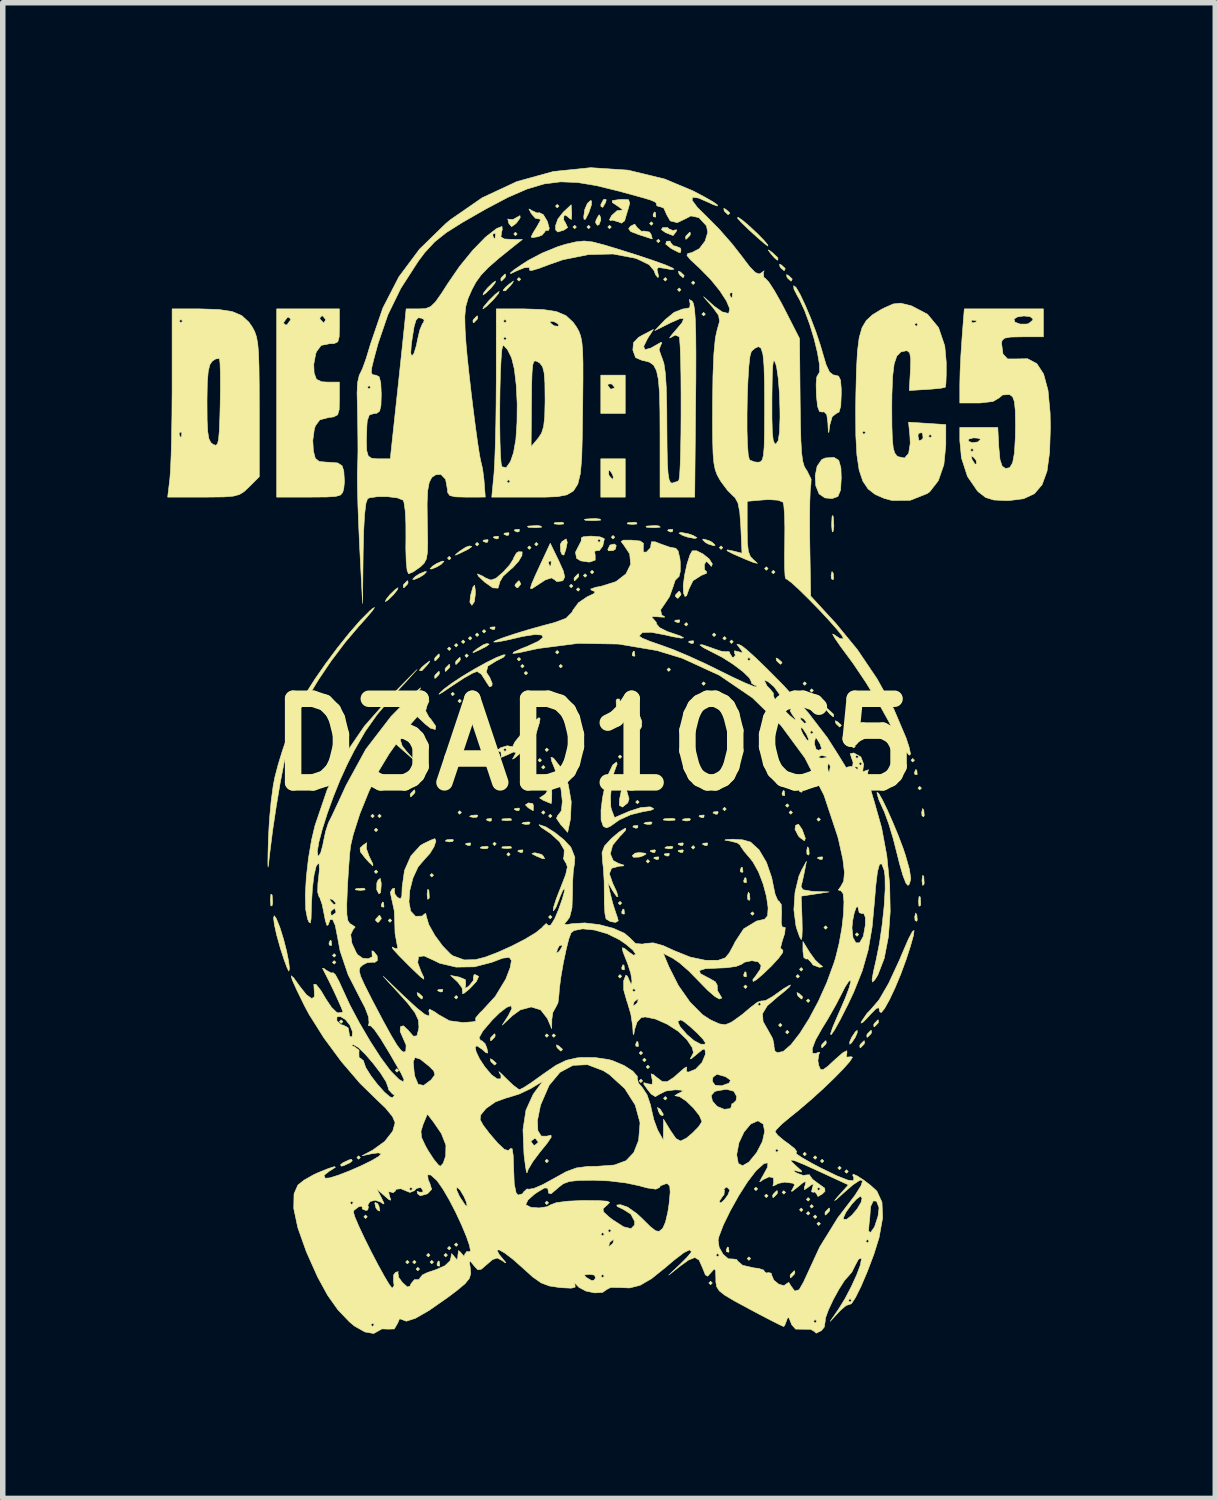
<source format=kicad_pcb>
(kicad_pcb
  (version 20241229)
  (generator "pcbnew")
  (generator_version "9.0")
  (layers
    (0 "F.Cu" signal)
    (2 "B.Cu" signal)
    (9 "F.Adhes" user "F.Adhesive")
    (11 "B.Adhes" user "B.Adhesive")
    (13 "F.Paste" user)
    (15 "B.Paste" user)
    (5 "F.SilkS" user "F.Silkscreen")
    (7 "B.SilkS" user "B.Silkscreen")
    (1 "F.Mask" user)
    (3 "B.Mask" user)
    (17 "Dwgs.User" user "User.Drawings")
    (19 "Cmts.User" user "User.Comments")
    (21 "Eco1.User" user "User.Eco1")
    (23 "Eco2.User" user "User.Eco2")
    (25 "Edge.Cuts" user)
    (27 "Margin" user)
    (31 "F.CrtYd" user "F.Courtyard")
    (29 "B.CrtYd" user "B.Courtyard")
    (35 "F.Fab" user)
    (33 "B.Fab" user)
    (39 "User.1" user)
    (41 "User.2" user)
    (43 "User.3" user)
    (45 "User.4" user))
  (footprint "D3AD10C5"
    (layer "F.Cu")
    (at 7.77 10.516)
    (property "Reference" "D3AD10C5" (at 0 0 0) (layer "F.SilkS") (effects (font (size 1.524 1.524) (thickness 0.3))))
    (attr through_hole)
    (fp_poly (pts (xy -4.699 3.842) (xy -4.731 3.873) (xy -4.763 3.842) (xy -4.731 3.81) (xy -4.699 3.842)) (stroke (width 0.01) (type solid)) (fill yes) (layer "F.SilkS"))
    (fp_poly (pts (xy -4.699 3.969) (xy -4.731 4) (xy -4.763 3.969) (xy -4.731 3.937) (xy -4.699 3.969)) (stroke (width 0.01) (type solid)) (fill yes) (layer "F.SilkS"))
    (fp_poly (pts (xy -4.572 5.048) (xy -4.604 5.08) (xy -4.636 5.048) (xy -4.604 5.016) (xy -4.572 5.048)) (stroke (width 0.01) (type solid)) (fill yes) (layer "F.SilkS"))
    (fp_poly (pts (xy -4.255 7.525) (xy -4.286 7.556) (xy -4.318 7.525) (xy -4.286 7.493) (xy -4.255 7.525)) (stroke (width 0.01) (type solid)) (fill yes) (layer "F.SilkS"))
    (fp_poly (pts (xy -4.128 8.604) (xy -4.159 8.636) (xy -4.191 8.604) (xy -4.159 8.572) (xy -4.128 8.604)) (stroke (width 0.01) (type solid)) (fill yes) (layer "F.SilkS"))
    (fp_poly (pts (xy -4 1.302) (xy -4.032 1.333) (xy -4.064 1.302) (xy -4.032 1.27) (xy -4 1.302)) (stroke (width 0.01) (type solid)) (fill yes) (layer "F.SilkS"))
    (fp_poly (pts (xy -3.937 1.556) (xy -3.969 1.587) (xy -4 1.556) (xy -3.969 1.524) (xy -3.937 1.556)) (stroke (width 0.01) (type solid)) (fill yes) (layer "F.SilkS"))
    (fp_poly (pts (xy -3.937 2.318) (xy -3.969 2.349) (xy -4 2.318) (xy -3.969 2.286) (xy -3.937 2.318)) (stroke (width 0.01) (type solid)) (fill yes) (layer "F.SilkS"))
    (fp_poly (pts (xy -3.873 1.302) (xy -3.905 1.333) (xy -3.937 1.302) (xy -3.905 1.27) (xy -3.873 1.302)) (stroke (width 0.01) (type solid)) (fill yes) (layer "F.SilkS"))
    (fp_poly (pts (xy -3.683 3.207) (xy -3.715 3.239) (xy -3.747 3.207) (xy -3.715 3.175) (xy -3.683 3.207)) (stroke (width 0.01) (type solid)) (fill yes) (layer "F.SilkS"))
    (fp_poly (pts (xy -3.556 5.937) (xy -3.588 5.969) (xy -3.619 5.937) (xy -3.588 5.905) (xy -3.556 5.937)) (stroke (width 0.01) (type solid)) (fill yes) (layer "F.SilkS"))
    (fp_poly (pts (xy -3.365 9.43) (xy -3.397 9.461) (xy -3.429 9.43) (xy -3.397 9.398) (xy -3.365 9.43)) (stroke (width 0.01) (type solid)) (fill yes) (layer "F.SilkS"))
    (fp_poly (pts (xy -3.302 0.73) (xy -3.334 0.762) (xy -3.365 0.73) (xy -3.334 0.699) (xy -3.302 0.73)) (stroke (width 0.01) (type solid)) (fill yes) (layer "F.SilkS"))
    (fp_poly (pts (xy -3.239 9.43) (xy -3.27 9.461) (xy -3.302 9.43) (xy -3.27 9.398) (xy -3.239 9.43)) (stroke (width 0.01) (type solid)) (fill yes) (layer "F.SilkS"))
    (fp_poly (pts (xy -3.175 9.557) (xy -3.207 9.588) (xy -3.239 9.557) (xy -3.207 9.525) (xy -3.175 9.557)) (stroke (width 0.01) (type solid)) (fill yes) (layer "F.SilkS"))
    (fp_poly (pts (xy -2.985 9.303) (xy -3.016 9.335) (xy -3.048 9.303) (xy -3.016 9.271) (xy -2.985 9.303)) (stroke (width 0.01) (type solid)) (fill yes) (layer "F.SilkS"))
    (fp_poly (pts (xy -2.921 2.381) (xy -2.953 2.413) (xy -2.985 2.381) (xy -2.953 2.349) (xy -2.921 2.381)) (stroke (width 0.01) (type solid)) (fill yes) (layer "F.SilkS"))
    (fp_poly (pts (xy -2.921 9.43) (xy -2.953 9.461) (xy -2.985 9.43) (xy -2.953 9.398) (xy -2.921 9.43)) (stroke (width 0.01) (type solid)) (fill yes) (layer "F.SilkS"))
    (fp_poly (pts (xy -2.667 9.303) (xy -2.699 9.335) (xy -2.731 9.303) (xy -2.699 9.271) (xy -2.667 9.303)) (stroke (width 0.01) (type solid)) (fill yes) (layer "F.SilkS"))
    (fp_poly (pts (xy -2.603 -3.397) (xy -2.635 -3.365) (xy -2.667 -3.397) (xy -2.635 -3.429) (xy -2.603 -3.397)) (stroke (width 0.01) (type solid)) (fill yes) (layer "F.SilkS"))
    (fp_poly (pts (xy -2.603 -1.746) (xy -2.635 -1.714) (xy -2.667 -1.746) (xy -2.635 -1.778) (xy -2.603 -1.746)) (stroke (width 0.01) (type solid)) (fill yes) (layer "F.SilkS"))
    (fp_poly (pts (xy -2.603 9.176) (xy -2.635 9.207) (xy -2.667 9.176) (xy -2.635 9.144) (xy -2.603 9.176)) (stroke (width 0.01) (type solid)) (fill yes) (layer "F.SilkS"))
    (fp_poly (pts (xy -2.54 -0.921) (xy -2.572 -0.889) (xy -2.603 -0.921) (xy -2.572 -0.953) (xy -2.54 -0.921)) (stroke (width 0.01) (type solid)) (fill yes) (layer "F.SilkS"))
    (fp_poly (pts (xy -2.477 -1.81) (xy -2.508 -1.778) (xy -2.54 -1.81) (xy -2.508 -1.841) (xy -2.477 -1.81)) (stroke (width 0.01) (type solid)) (fill yes) (layer "F.SilkS"))
    (fp_poly (pts (xy -2.477 4.604) (xy -2.508 4.636) (xy -2.54 4.604) (xy -2.508 4.572) (xy -2.477 4.604)) (stroke (width 0.01) (type solid)) (fill yes) (layer "F.SilkS"))
    (fp_poly (pts (xy -2.477 9.112) (xy -2.508 9.144) (xy -2.54 9.112) (xy -2.508 9.081) (xy -2.477 9.112)) (stroke (width 0.01) (type solid)) (fill yes) (layer "F.SilkS"))
    (fp_poly (pts (xy -2.413 -0.794) (xy -2.445 -0.762) (xy -2.477 -0.794) (xy -2.445 -0.826) (xy -2.413 -0.794)) (stroke (width 0.01) (type solid)) (fill yes) (layer "F.SilkS"))
    (fp_poly (pts (xy -2.413 1.238) (xy -2.445 1.27) (xy -2.477 1.238) (xy -2.445 1.206) (xy -2.413 1.238)) (stroke (width 0.01) (type solid)) (fill yes) (layer "F.SilkS"))
    (fp_poly (pts (xy -2.349 -1.873) (xy -2.381 -1.841) (xy -2.413 -1.873) (xy -2.381 -1.905) (xy -2.349 -1.873)) (stroke (width 0.01) (type solid)) (fill yes) (layer "F.SilkS"))
    (fp_poly (pts (xy -2.286 -1.619) (xy -2.318 -1.587) (xy -2.349 -1.619) (xy -2.318 -1.651) (xy -2.286 -1.619)) (stroke (width 0.01) (type solid)) (fill yes) (layer "F.SilkS"))
    (fp_poly (pts (xy -2.223 -1.937) (xy -2.254 -1.905) (xy -2.286 -1.937) (xy -2.254 -1.968) (xy -2.223 -1.937)) (stroke (width 0.01) (type solid)) (fill yes) (layer "F.SilkS"))
    (fp_poly (pts (xy -2.095 -3.651) (xy -2.127 -3.619) (xy -2.159 -3.651) (xy -2.127 -3.683) (xy -2.095 -3.651)) (stroke (width 0.01) (type solid)) (fill yes) (layer "F.SilkS"))
    (fp_poly (pts (xy -2.095 -2) (xy -2.127 -1.968) (xy -2.159 -2) (xy -2.127 -2.032) (xy -2.095 -2)) (stroke (width 0.01) (type solid)) (fill yes) (layer "F.SilkS"))
    (fp_poly (pts (xy -1.968 -2.064) (xy -2 -2.032) (xy -2.032 -2.064) (xy -2 -2.095) (xy -1.968 -2.064)) (stroke (width 0.01) (type solid)) (fill yes) (layer "F.SilkS"))
    (fp_poly (pts (xy -1.778 1.81) (xy -1.81 1.841) (xy -1.841 1.81) (xy -1.81 1.778) (xy -1.778 1.81)) (stroke (width 0.01) (type solid)) (fill yes) (layer "F.SilkS"))
    (fp_poly (pts (xy -1.524 2) (xy -1.556 2.032) (xy -1.587 2) (xy -1.556 1.968) (xy -1.524 2)) (stroke (width 0.01) (type solid)) (fill yes) (layer "F.SilkS"))
    (fp_poly (pts (xy -1.397 -9.303) (xy -1.429 -9.271) (xy -1.46 -9.303) (xy -1.429 -9.335) (xy -1.397 -9.303)) (stroke (width 0.01) (type solid)) (fill yes) (layer "F.SilkS"))
    (fp_poly (pts (xy -1.333 -8.477) (xy -1.365 -8.445) (xy -1.397 -8.477) (xy -1.365 -8.509) (xy -1.333 -8.477)) (stroke (width 0.01) (type solid)) (fill yes) (layer "F.SilkS"))
    (fp_poly (pts (xy -1.333 -1.556) (xy -1.365 -1.524) (xy -1.397 -1.556) (xy -1.365 -1.587) (xy -1.333 -1.556)) (stroke (width 0.01) (type solid)) (fill yes) (layer "F.SilkS"))
    (fp_poly (pts (xy -1.27 -1.429) (xy -1.302 -1.397) (xy -1.333 -1.429) (xy -1.302 -1.46) (xy -1.27 -1.429)) (stroke (width 0.01) (type solid)) (fill yes) (layer "F.SilkS"))
    (fp_poly (pts (xy -1.206 -1.302) (xy -1.238 -1.27) (xy -1.27 -1.302) (xy -1.238 -1.333) (xy -1.206 -1.302)) (stroke (width 0.01) (type solid)) (fill yes) (layer "F.SilkS"))
    (fp_poly (pts (xy -1.143 -3.588) (xy -1.175 -3.556) (xy -1.206 -3.588) (xy -1.175 -3.619) (xy -1.143 -3.588)) (stroke (width 0.01) (type solid)) (fill yes) (layer "F.SilkS"))
    (fp_poly (pts (xy -1.016 -3.651) (xy -1.048 -3.619) (xy -1.079 -3.651) (xy -1.048 -3.683) (xy -1.016 -3.651)) (stroke (width 0.01) (type solid)) (fill yes) (layer "F.SilkS"))
    (fp_poly (pts (xy -0.953 0.286) (xy -0.984 0.318) (xy -1.016 0.286) (xy -0.984 0.254) (xy -0.953 0.286)) (stroke (width 0.01) (type solid)) (fill yes) (layer "F.SilkS"))
    (fp_poly (pts (xy -0.889 0.413) (xy -0.921 0.445) (xy -0.953 0.413) (xy -0.921 0.381) (xy -0.889 0.413)) (stroke (width 0.01) (type solid)) (fill yes) (layer "F.SilkS"))
    (fp_poly (pts (xy -0.889 1.238) (xy -0.921 1.27) (xy -0.953 1.238) (xy -0.921 1.206) (xy -0.889 1.238)) (stroke (width 0.01) (type solid)) (fill yes) (layer "F.SilkS"))
    (fp_poly (pts (xy -0.826 0.095) (xy -0.857 0.127) (xy -0.889 0.095) (xy -0.857 0.064) (xy -0.826 0.095)) (stroke (width 0.01) (type solid)) (fill yes) (layer "F.SilkS"))
    (fp_poly (pts (xy -0.826 0.603) (xy -0.857 0.635) (xy -0.889 0.603) (xy -0.857 0.572) (xy -0.826 0.603)) (stroke (width 0.01) (type solid)) (fill yes) (layer "F.SilkS"))
    (fp_poly (pts (xy -0.826 5.302) (xy -0.857 5.334) (xy -0.889 5.302) (xy -0.857 5.271) (xy -0.826 5.302)) (stroke (width 0.01) (type solid)) (fill yes) (layer "F.SilkS"))
    (fp_poly (pts (xy -0.826 7.588) (xy -0.857 7.62) (xy -0.889 7.588) (xy -0.857 7.556) (xy -0.826 7.588)) (stroke (width 0.01) (type solid)) (fill yes) (layer "F.SilkS"))
    (fp_poly (pts (xy -0.826 8.35) (xy -0.857 8.382) (xy -0.889 8.35) (xy -0.857 8.319) (xy -0.826 8.35)) (stroke (width 0.01) (type solid)) (fill yes) (layer "F.SilkS"))
    (fp_poly (pts (xy -0.762 1.302) (xy -0.794 1.333) (xy -0.826 1.302) (xy -0.794 1.27) (xy -0.762 1.302)) (stroke (width 0.01) (type solid)) (fill yes) (layer "F.SilkS"))
    (fp_poly (pts (xy -0.762 3.143) (xy -0.794 3.175) (xy -0.826 3.143) (xy -0.794 3.111) (xy -0.762 3.143)) (stroke (width 0.01) (type solid)) (fill yes) (layer "F.SilkS"))
    (fp_poly (pts (xy -0.699 5.302) (xy -0.73 5.334) (xy -0.762 5.302) (xy -0.73 5.271) (xy -0.699 5.302)) (stroke (width 0.01) (type solid)) (fill yes) (layer "F.SilkS"))
    (fp_poly (pts (xy -0.635 -9.811) (xy -0.667 -9.779) (xy -0.699 -9.811) (xy -0.667 -9.842) (xy -0.635 -9.811)) (stroke (width 0.01) (type solid)) (fill yes) (layer "F.SilkS"))
    (fp_poly (pts (xy -0.635 -1.683) (xy -0.667 -1.651) (xy -0.699 -1.683) (xy -0.667 -1.714) (xy -0.635 -1.683)) (stroke (width 0.01) (type solid)) (fill yes) (layer "F.SilkS"))
    (fp_poly (pts (xy -0.572 -1.429) (xy -0.603 -1.397) (xy -0.635 -1.429) (xy -0.603 -1.46) (xy -0.572 -1.429)) (stroke (width 0.01) (type solid)) (fill yes) (layer "F.SilkS"))
    (fp_poly (pts (xy -0.381 -2.889) (xy -0.413 -2.857) (xy -0.445 -2.889) (xy -0.413 -2.921) (xy -0.381 -2.889)) (stroke (width 0.01) (type solid)) (fill yes) (layer "F.SilkS"))
    (fp_poly (pts (xy -0.318 -9.43) (xy -0.349 -9.398) (xy -0.381 -9.43) (xy -0.349 -9.461) (xy -0.318 -9.43)) (stroke (width 0.01) (type solid)) (fill yes) (layer "F.SilkS"))
    (fp_poly (pts (xy -0.254 -2.826) (xy -0.286 -2.794) (xy -0.318 -2.826) (xy -0.286 -2.857) (xy -0.254 -2.826)) (stroke (width 0.01) (type solid)) (fill yes) (layer "F.SilkS"))
    (fp_poly (pts (xy -0.127 -3.08) (xy -0.159 -3.048) (xy -0.191 -3.08) (xy -0.159 -3.111) (xy -0.127 -3.08)) (stroke (width 0.01) (type solid)) (fill yes) (layer "F.SilkS"))
    (fp_poly (pts (xy -0.064 -9.43) (xy -0.095 -9.398) (xy -0.127 -9.43) (xy -0.095 -9.461) (xy -0.064 -9.43)) (stroke (width 0.01) (type solid)) (fill yes) (layer "F.SilkS"))
    (fp_poly (pts (xy 0 -3.143) (xy -0.032 -3.111) (xy -0.064 -3.143) (xy -0.032 -3.175) (xy 0 -3.143)) (stroke (width 0.01) (type solid)) (fill yes) (layer "F.SilkS"))
    (fp_poly (pts (xy 0.318 -9.43) (xy 0.286 -9.398) (xy 0.254 -9.43) (xy 0.286 -9.461) (xy 0.318 -9.43)) (stroke (width 0.01) (type solid)) (fill yes) (layer "F.SilkS"))
    (fp_poly (pts (xy 0.381 -3.778) (xy 0.349 -3.747) (xy 0.318 -3.778) (xy 0.349 -3.81) (xy 0.381 -3.778)) (stroke (width 0.01) (type solid)) (fill yes) (layer "F.SilkS"))
    (fp_poly (pts (xy 0.508 0.222) (xy 0.476 0.254) (xy 0.445 0.222) (xy 0.476 0.191) (xy 0.508 0.222)) (stroke (width 0.01) (type solid)) (fill yes) (layer "F.SilkS"))
    (fp_poly (pts (xy 0.508 2.889) (xy 0.476 2.921) (xy 0.445 2.889) (xy 0.476 2.857) (xy 0.508 2.889)) (stroke (width 0.01) (type solid)) (fill yes) (layer "F.SilkS"))
    (fp_poly (pts (xy 0.508 4.223) (xy 0.476 4.255) (xy 0.445 4.223) (xy 0.476 4.191) (xy 0.508 4.223)) (stroke (width 0.01) (type solid)) (fill yes) (layer "F.SilkS"))
    (fp_poly (pts (xy 0.699 0.413) (xy 0.667 0.445) (xy 0.635 0.413) (xy 0.667 0.381) (xy 0.699 0.413)) (stroke (width 0.01) (type solid)) (fill yes) (layer "F.SilkS"))
    (fp_poly (pts (xy 0.826 1.048) (xy 0.794 1.079) (xy 0.762 1.048) (xy 0.794 1.016) (xy 0.826 1.048)) (stroke (width 0.01) (type solid)) (fill yes) (layer "F.SilkS"))
    (fp_poly (pts (xy 0.889 5.62) (xy 0.857 5.652) (xy 0.826 5.62) (xy 0.857 5.588) (xy 0.889 5.62)) (stroke (width 0.01) (type solid)) (fill yes) (layer "F.SilkS"))
    (fp_poly (pts (xy 0.889 6.128) (xy 0.857 6.16) (xy 0.826 6.128) (xy 0.857 6.096) (xy 0.889 6.128)) (stroke (width 0.01) (type solid)) (fill yes) (layer "F.SilkS"))
    (fp_poly (pts (xy 0.953 5.747) (xy 0.921 5.779) (xy 0.889 5.747) (xy 0.921 5.715) (xy 0.953 5.747)) (stroke (width 0.01) (type solid)) (fill yes) (layer "F.SilkS"))
    (fp_poly (pts (xy 1.016 2.127) (xy 0.984 2.159) (xy 0.953 2.127) (xy 0.984 2.095) (xy 1.016 2.127)) (stroke (width 0.01) (type solid)) (fill yes) (layer "F.SilkS"))
    (fp_poly (pts (xy 1.016 5.874) (xy 0.984 5.905) (xy 0.953 5.874) (xy 0.984 5.842) (xy 1.016 5.874)) (stroke (width 0.01) (type solid)) (fill yes) (layer "F.SilkS"))
    (fp_poly (pts (xy 1.079 -9.493) (xy 1.048 -9.461) (xy 1.016 -9.493) (xy 1.048 -9.525) (xy 1.079 -9.493)) (stroke (width 0.01) (type solid)) (fill yes) (layer "F.SilkS"))
    (fp_poly (pts (xy 1.206 -9.176) (xy 1.175 -9.144) (xy 1.143 -9.176) (xy 1.175 -9.207) (xy 1.206 -9.176)) (stroke (width 0.01) (type solid)) (fill yes) (layer "F.SilkS"))
    (fp_poly (pts (xy 1.333 -8.477) (xy 1.302 -8.445) (xy 1.27 -8.477) (xy 1.302 -8.509) (xy 1.333 -8.477)) (stroke (width 0.01) (type solid)) (fill yes) (layer "F.SilkS"))
    (fp_poly (pts (xy 1.333 6.445) (xy 1.302 6.477) (xy 1.27 6.445) (xy 1.302 6.413) (xy 1.333 6.445)) (stroke (width 0.01) (type solid)) (fill yes) (layer "F.SilkS"))
    (fp_poly (pts (xy 1.397 -1.365) (xy 1.365 -1.333) (xy 1.333 -1.365) (xy 1.365 -1.397) (xy 1.397 -1.365)) (stroke (width 0.01) (type solid)) (fill yes) (layer "F.SilkS"))
    (fp_poly (pts (xy 1.587 -8.287) (xy 1.556 -8.255) (xy 1.524 -8.287) (xy 1.556 -8.319) (xy 1.587 -8.287)) (stroke (width 0.01) (type solid)) (fill yes) (layer "F.SilkS"))
    (fp_poly (pts (xy 1.714 -2.191) (xy 1.683 -2.159) (xy 1.651 -2.191) (xy 1.683 -2.223) (xy 1.714 -2.191)) (stroke (width 0.01) (type solid)) (fill yes) (layer "F.SilkS"))
    (fp_poly (pts (xy 1.841 -8.414) (xy 1.81 -8.382) (xy 1.778 -8.414) (xy 1.81 -8.445) (xy 1.841 -8.414)) (stroke (width 0.01) (type solid)) (fill yes) (layer "F.SilkS"))
    (fp_poly (pts (xy 1.841 1.873) (xy 1.81 1.905) (xy 1.778 1.873) (xy 1.81 1.841) (xy 1.841 1.873)) (stroke (width 0.01) (type solid)) (fill yes) (layer "F.SilkS"))
    (fp_poly (pts (xy 2.032 -7.842) (xy 2 -7.811) (xy 1.968 -7.842) (xy 2 -7.874) (xy 2.032 -7.842)) (stroke (width 0.01) (type solid)) (fill yes) (layer "F.SilkS"))
    (fp_poly (pts (xy 2.032 -1.111) (xy 2 -1.079) (xy 1.968 -1.111) (xy 2 -1.143) (xy 2.032 -1.111)) (stroke (width 0.01) (type solid)) (fill yes) (layer "F.SilkS"))
    (fp_poly (pts (xy 2.159 9.811) (xy 2.127 9.842) (xy 2.095 9.811) (xy 2.127 9.779) (xy 2.159 9.811)) (stroke (width 0.01) (type solid)) (fill yes) (layer "F.SilkS"))
    (fp_poly (pts (xy 2.223 -2) (xy 2.191 -1.968) (xy 2.159 -2) (xy 2.191 -2.032) (xy 2.223 -2)) (stroke (width 0.01) (type solid)) (fill yes) (layer "F.SilkS"))
    (fp_poly (pts (xy 2.349 -3.588) (xy 2.318 -3.556) (xy 2.286 -3.588) (xy 2.318 -3.619) (xy 2.349 -3.588)) (stroke (width 0.01) (type solid)) (fill yes) (layer "F.SilkS"))
    (fp_poly (pts (xy 2.413 -1.937) (xy 2.381 -1.905) (xy 2.349 -1.937) (xy 2.381 -1.968) (xy 2.413 -1.937)) (stroke (width 0.01) (type solid)) (fill yes) (layer "F.SilkS"))
    (fp_poly (pts (xy 2.413 1.175) (xy 2.381 1.206) (xy 2.349 1.175) (xy 2.381 1.143) (xy 2.413 1.175)) (stroke (width 0.01) (type solid)) (fill yes) (layer "F.SilkS"))
    (fp_poly (pts (xy 2.54 -1.873) (xy 2.508 -1.841) (xy 2.477 -1.873) (xy 2.508 -1.905) (xy 2.54 -1.873)) (stroke (width 0.01) (type solid)) (fill yes) (layer "F.SilkS"))
    (fp_poly (pts (xy 2.794 4.413) (xy 2.762 4.445) (xy 2.731 4.413) (xy 2.762 4.381) (xy 2.794 4.413)) (stroke (width 0.01) (type solid)) (fill yes) (layer "F.SilkS"))
    (fp_poly (pts (xy 2.857 9.366) (xy 2.826 9.398) (xy 2.794 9.366) (xy 2.826 9.335) (xy 2.857 9.366)) (stroke (width 0.01) (type solid)) (fill yes) (layer "F.SilkS"))
    (fp_poly (pts (xy 2.921 3.08) (xy 2.889 3.111) (xy 2.857 3.08) (xy 2.889 3.048) (xy 2.921 3.08)) (stroke (width 0.01) (type solid)) (fill yes) (layer "F.SilkS"))
    (fp_poly (pts (xy 2.985 8.096) (xy 2.953 8.128) (xy 2.921 8.096) (xy 2.953 8.065) (xy 2.985 8.096)) (stroke (width 0.01) (type solid)) (fill yes) (layer "F.SilkS"))
    (fp_poly (pts (xy 3.175 -3.207) (xy 3.143 -3.175) (xy 3.111 -3.207) (xy 3.143 -3.239) (xy 3.175 -3.207)) (stroke (width 0.01) (type solid)) (fill yes) (layer "F.SilkS"))
    (fp_poly (pts (xy 3.175 8.223) (xy 3.143 8.255) (xy 3.111 8.223) (xy 3.143 8.191) (xy 3.175 8.223)) (stroke (width 0.01) (type solid)) (fill yes) (layer "F.SilkS"))
    (fp_poly (pts (xy 3.302 -3.143) (xy 3.27 -3.111) (xy 3.239 -3.143) (xy 3.27 -3.175) (xy 3.302 -3.143)) (stroke (width 0.01) (type solid)) (fill yes) (layer "F.SilkS"))
    (fp_poly (pts (xy 3.429 5.112) (xy 3.397 5.144) (xy 3.365 5.112) (xy 3.397 5.08) (xy 3.429 5.112)) (stroke (width 0.01) (type solid)) (fill yes) (layer "F.SilkS"))
    (fp_poly (pts (xy 3.493 8.16) (xy 3.461 8.191) (xy 3.429 8.16) (xy 3.461 8.128) (xy 3.493 8.16)) (stroke (width 0.01) (type solid)) (fill yes) (layer "F.SilkS"))
    (fp_poly (pts (xy 3.556 1.111) (xy 3.524 1.143) (xy 3.493 1.111) (xy 3.524 1.079) (xy 3.556 1.111)) (stroke (width 0.01) (type solid)) (fill yes) (layer "F.SilkS"))
    (fp_poly (pts (xy 3.556 5.239) (xy 3.524 5.271) (xy 3.493 5.239) (xy 3.524 5.207) (xy 3.556 5.239)) (stroke (width 0.01) (type solid)) (fill yes) (layer "F.SilkS"))
    (fp_poly (pts (xy 3.619 1.238) (xy 3.588 1.27) (xy 3.556 1.238) (xy 3.588 1.206) (xy 3.619 1.238)) (stroke (width 0.01) (type solid)) (fill yes) (layer "F.SilkS"))
    (fp_poly (pts (xy 3.747 4.223) (xy 3.715 4.255) (xy 3.683 4.223) (xy 3.715 4.191) (xy 3.747 4.223)) (stroke (width 0.01) (type solid)) (fill yes) (layer "F.SilkS"))
    (fp_poly (pts (xy 3.81 4.096) (xy 3.778 4.128) (xy 3.747 4.096) (xy 3.778 4.064) (xy 3.81 4.096)) (stroke (width 0.01) (type solid)) (fill yes) (layer "F.SilkS"))
    (fp_poly (pts (xy 3.81 8.477) (xy 3.778 8.509) (xy 3.747 8.477) (xy 3.778 8.445) (xy 3.81 8.477)) (stroke (width 0.01) (type solid)) (fill yes) (layer "F.SilkS"))
    (fp_poly (pts (xy 3.873 -1.111) (xy 3.842 -1.079) (xy 3.81 -1.111) (xy 3.842 -1.143) (xy 3.873 -1.111)) (stroke (width 0.01) (type solid)) (fill yes) (layer "F.SilkS"))
    (fp_poly (pts (xy 3.873 7.461) (xy 3.842 7.493) (xy 3.81 7.461) (xy 3.842 7.429) (xy 3.873 7.461)) (stroke (width 0.01) (type solid)) (fill yes) (layer "F.SilkS"))
    (fp_poly (pts (xy 3.937 4.667) (xy 3.905 4.699) (xy 3.873 4.667) (xy 3.905 4.636) (xy 3.937 4.667)) (stroke (width 0.01) (type solid)) (fill yes) (layer "F.SilkS"))
    (fp_poly (pts (xy 3.937 8.287) (xy 3.905 8.319) (xy 3.873 8.287) (xy 3.905 8.255) (xy 3.937 8.287)) (stroke (width 0.01) (type solid)) (fill yes) (layer "F.SilkS"))
    (fp_poly (pts (xy 3.937 8.541) (xy 3.905 8.572) (xy 3.873 8.541) (xy 3.905 8.509) (xy 3.937 8.541)) (stroke (width 0.01) (type solid)) (fill yes) (layer "F.SilkS"))
    (fp_poly (pts (xy 4 -0.984) (xy 3.969 -0.953) (xy 3.937 -0.984) (xy 3.969 -1.016) (xy 4 -0.984)) (stroke (width 0.01) (type solid)) (fill yes) (layer "F.SilkS"))
    (fp_poly (pts (xy 4 8.414) (xy 3.969 8.445) (xy 3.937 8.414) (xy 3.969 8.382) (xy 4 8.414)) (stroke (width 0.01) (type solid)) (fill yes) (layer "F.SilkS"))
    (fp_poly (pts (xy 4.064 7.525) (xy 4.032 7.556) (xy 4 7.525) (xy 4.032 7.493) (xy 4.064 7.525)) (stroke (width 0.01) (type solid)) (fill yes) (layer "F.SilkS"))
    (fp_poly (pts (xy 4.064 8.604) (xy 4.032 8.636) (xy 4 8.604) (xy 4.032 8.572) (xy 4.064 8.604)) (stroke (width 0.01) (type solid)) (fill yes) (layer "F.SilkS"))
    (fp_poly (pts (xy 4.128 1.365) (xy 4.096 1.397) (xy 4.064 1.365) (xy 4.096 1.333) (xy 4.128 1.365)) (stroke (width 0.01) (type solid)) (fill yes) (layer "F.SilkS"))
    (fp_poly (pts (xy 4.128 8.731) (xy 4.096 8.763) (xy 4.064 8.731) (xy 4.096 8.7) (xy 4.128 8.731)) (stroke (width 0.01) (type solid)) (fill yes) (layer "F.SilkS"))
    (fp_poly (pts (xy 4.191 7.588) (xy 4.159 7.62) (xy 4.128 7.588) (xy 4.159 7.556) (xy 4.191 7.588)) (stroke (width 0.01) (type solid)) (fill yes) (layer "F.SilkS"))
    (fp_poly (pts (xy 4.255 3.334) (xy 4.223 3.365) (xy 4.191 3.334) (xy 4.223 3.302) (xy 4.255 3.334)) (stroke (width 0.01) (type solid)) (fill yes) (layer "F.SilkS"))
    (fp_poly (pts (xy 4.508 7.715) (xy 4.477 7.747) (xy 4.445 7.715) (xy 4.477 7.684) (xy 4.508 7.715)) (stroke (width 0.01) (type solid)) (fill yes) (layer "F.SilkS"))
    (fp_poly (pts (xy 4.636 -0.159) (xy 4.604 -0.127) (xy 4.572 -0.159) (xy 4.604 -0.191) (xy 4.636 -0.159)) (stroke (width 0.01) (type solid)) (fill yes) (layer "F.SilkS"))
    (fp_poly (pts (xy 4.636 7.779) (xy 4.604 7.811) (xy 4.572 7.779) (xy 4.604 7.747) (xy 4.636 7.779)) (stroke (width 0.01) (type solid)) (fill yes) (layer "F.SilkS"))
    (fp_poly (pts (xy 4.826 3.461) (xy 4.794 3.493) (xy 4.763 3.461) (xy 4.794 3.429) (xy 4.826 3.461)) (stroke (width 0.01) (type solid)) (fill yes) (layer "F.SilkS"))
    (fp_poly (pts (xy 5.08 0.603) (xy 5.048 0.635) (xy 5.016 0.603) (xy 5.048 0.572) (xy 5.08 0.603)) (stroke (width 0.01) (type solid)) (fill yes) (layer "F.SilkS"))
    (fp_poly (pts (xy 5.144 0.73) (xy 5.112 0.762) (xy 5.08 0.73) (xy 5.112 0.699) (xy 5.144 0.73)) (stroke (width 0.01) (type solid)) (fill yes) (layer "F.SilkS"))
    (fp_poly (pts (xy 5.842 0.286) (xy 5.81 0.318) (xy 5.779 0.286) (xy 5.81 0.254) (xy 5.842 0.286)) (stroke (width 0.01) (type solid)) (fill yes) (layer "F.SilkS"))
    (fp_poly (pts (xy 5.969 0.794) (xy 5.937 0.826) (xy 5.905 0.794) (xy 5.937 0.762) (xy 5.969 0.794)) (stroke (width 0.01) (type solid)) (fill yes) (layer "F.SilkS"))
    (fp_poly (pts (xy -4.784 3.577) (xy -4.776 3.653) (xy -4.784 3.662) (xy -4.821 3.653) (xy -4.826 3.619) (xy -4.803 3.567) (xy -4.784 3.577)) (stroke (width 0.01) (type solid)) (fill yes) (layer "F.SilkS"))
    (fp_poly (pts (xy -4.175 2.625) (xy -4.167 2.648) (xy -4.255 2.657) (xy -4.345 2.647) (xy -4.334 2.625) (xy -4.204 2.617) (xy -4.175 2.625)) (stroke (width 0.01) (type solid)) (fill yes) (layer "F.SilkS"))
    (fp_poly (pts (xy -3.831 2.879) (xy -3.824 2.954) (xy -3.831 2.963) (xy -3.869 2.955) (xy -3.873 2.921) (xy -3.85 2.869) (xy -3.831 2.879)) (stroke (width 0.01) (type solid)) (fill yes) (layer "F.SilkS"))
    (fp_poly (pts (xy -3.006 2.651) (xy -2.998 2.781) (xy -3.006 2.81) (xy -3.029 2.818) (xy -3.038 2.731) (xy -3.028 2.64) (xy -3.006 2.651)) (stroke (width 0.01) (type solid)) (fill yes) (layer "F.SilkS"))
    (fp_poly (pts (xy -2.815 9.419) (xy -2.808 9.495) (xy -2.815 9.504) (xy -2.853 9.495) (xy -2.857 9.461) (xy -2.834 9.409) (xy -2.815 9.419)) (stroke (width 0.01) (type solid)) (fill yes) (layer "F.SilkS"))
    (fp_poly (pts (xy -2.752 4.466) (xy -2.76 4.504) (xy -2.794 4.508) (xy -2.846 4.485) (xy -2.836 4.466) (xy -2.761 4.459) (xy -2.752 4.466)) (stroke (width 0.01) (type solid)) (fill yes) (layer "F.SilkS"))
    (fp_poly (pts (xy -2.557 1.74) (xy -2.576 1.768) (xy -2.641 1.773) (xy -2.708 1.757) (xy -2.679 1.735) (xy -2.58 1.727) (xy -2.557 1.74)) (stroke (width 0.01) (type solid)) (fill yes) (layer "F.SilkS"))
    (fp_poly (pts (xy -2.244 1.799) (xy -2.252 1.837) (xy -2.286 1.841) (xy -2.338 1.818) (xy -2.328 1.799) (xy -2.253 1.792) (xy -2.244 1.799)) (stroke (width 0.01) (type solid)) (fill yes) (layer "F.SilkS"))
    (fp_poly (pts (xy -2.113 1.295) (xy -2.132 1.324) (xy -2.196 1.328) (xy -2.264 1.313) (xy -2.234 1.29) (xy -2.135 1.283) (xy -2.113 1.295)) (stroke (width 0.01) (type solid)) (fill yes) (layer "F.SilkS"))
    (fp_poly (pts (xy -1.926 -3.725) (xy -1.935 -3.688) (xy -1.968 -3.683) (xy -2.021 -3.706) (xy -2.011 -3.725) (xy -1.935 -3.733) (xy -1.926 -3.725)) (stroke (width 0.01) (type solid)) (fill yes) (layer "F.SilkS"))
    (fp_poly (pts (xy -1.922 1.867) (xy -1.941 1.895) (xy -2.006 1.9) (xy -2.073 1.884) (xy -2.044 1.862) (xy -1.945 1.854) (xy -1.922 1.867)) (stroke (width 0.01) (type solid)) (fill yes) (layer "F.SilkS"))
    (fp_poly (pts (xy -1.863 1.355) (xy -1.871 1.392) (xy -1.905 1.397) (xy -1.957 1.374) (xy -1.947 1.355) (xy -1.872 1.347) (xy -1.863 1.355)) (stroke (width 0.01) (type solid)) (fill yes) (layer "F.SilkS"))
    (fp_poly (pts (xy -1.799 -2.138) (xy -1.808 -2.1) (xy -1.841 -2.095) (xy -1.894 -2.119) (xy -1.884 -2.138) (xy -1.808 -2.145) (xy -1.799 -2.138)) (stroke (width 0.01) (type solid)) (fill yes) (layer "F.SilkS"))
    (fp_poly (pts (xy -1.736 -3.789) (xy -1.744 -3.751) (xy -1.778 -3.747) (xy -1.83 -3.77) (xy -1.82 -3.789) (xy -1.745 -3.796) (xy -1.736 -3.789)) (stroke (width 0.01) (type solid)) (fill yes) (layer "F.SilkS"))
    (fp_poly (pts (xy -1.545 -3.852) (xy -1.554 -3.815) (xy -1.587 -3.81) (xy -1.64 -3.833) (xy -1.63 -3.852) (xy -1.554 -3.86) (xy -1.545 -3.852)) (stroke (width 0.01) (type solid)) (fill yes) (layer "F.SilkS"))
    (fp_poly (pts (xy -1.508 1.355) (xy -1.5 1.378) (xy -1.587 1.387) (xy -1.678 1.377) (xy -1.667 1.355) (xy -1.537 1.347) (xy -1.508 1.355)) (stroke (width 0.01) (type solid)) (fill yes) (layer "F.SilkS"))
    (fp_poly (pts (xy -1.508 1.863) (xy -1.5 1.886) (xy -1.587 1.895) (xy -1.678 1.885) (xy -1.667 1.863) (xy -1.537 1.855) (xy -1.508 1.863)) (stroke (width 0.01) (type solid)) (fill yes) (layer "F.SilkS"))
    (fp_poly (pts (xy -1.355 -3.916) (xy -1.363 -3.878) (xy -1.397 -3.873) (xy -1.449 -3.897) (xy -1.439 -3.916) (xy -1.364 -3.923) (xy -1.355 -3.916)) (stroke (width 0.01) (type solid)) (fill yes) (layer "F.SilkS"))
    (fp_poly (pts (xy -1.355 1.164) (xy -1.363 1.202) (xy -1.397 1.206) (xy -1.449 1.183) (xy -1.439 1.164) (xy -1.364 1.157) (xy -1.355 1.164)) (stroke (width 0.01) (type solid)) (fill yes) (layer "F.SilkS"))
    (fp_poly (pts (xy -1.291 1.926) (xy -1.3 1.964) (xy -1.333 1.968) (xy -1.386 1.945) (xy -1.376 1.926) (xy -1.3 1.919) (xy -1.291 1.926)) (stroke (width 0.01) (type solid)) (fill yes) (layer "F.SilkS"))
    (fp_poly (pts (xy -1.16 1.422) (xy -1.179 1.451) (xy -1.244 1.455) (xy -1.311 1.44) (xy -1.282 1.417) (xy -1.183 1.41) (xy -1.16 1.422)) (stroke (width 0.01) (type solid)) (fill yes) (layer "F.SilkS"))
    (fp_poly (pts (xy -0.556 -4.043) (xy -0.548 -4.019) (xy -0.635 -4.011) (xy -0.725 -4.021) (xy -0.714 -4.043) (xy -0.584 -4.051) (xy -0.556 -4.043)) (stroke (width 0.01) (type solid)) (fill yes) (layer "F.SilkS"))
    (fp_poly (pts (xy 0.55 3.006) (xy 0.558 3.081) (xy 0.55 3.09) (xy 0.513 3.082) (xy 0.508 3.048) (xy 0.531 2.996) (xy 0.55 3.006)) (stroke (width 0.01) (type solid)) (fill yes) (layer "F.SilkS"))
    (fp_poly (pts (xy 0.55 4.022) (xy 0.558 4.097) (xy 0.55 4.106) (xy 0.513 4.098) (xy 0.508 4.064) (xy 0.531 4.012) (xy 0.55 4.022)) (stroke (width 0.01) (type solid)) (fill yes) (layer "F.SilkS"))
    (fp_poly (pts (xy 0.614 0.529) (xy 0.621 0.605) (xy 0.614 0.614) (xy 0.576 0.605) (xy 0.572 0.572) (xy 0.595 0.519) (xy 0.614 0.529)) (stroke (width 0.01) (type solid)) (fill yes) (layer "F.SilkS"))
    (fp_poly (pts (xy 0.741 -1.693) (xy 0.748 -1.618) (xy 0.741 -1.609) (xy 0.703 -1.617) (xy 0.699 -1.651) (xy 0.722 -1.703) (xy 0.741 -1.693)) (stroke (width 0.01) (type solid)) (fill yes) (layer "F.SilkS"))
    (fp_poly (pts (xy 0.778 -4.043) (xy 0.786 -4.019) (xy 0.699 -4.011) (xy 0.608 -4.021) (xy 0.619 -4.043) (xy 0.749 -4.051) (xy 0.778 -4.043)) (stroke (width 0.01) (type solid)) (fill yes) (layer "F.SilkS"))
    (fp_poly (pts (xy 0.804 1.482) (xy 0.796 1.519) (xy 0.762 1.524) (xy 0.71 1.501) (xy 0.72 1.482) (xy 0.795 1.474) (xy 0.804 1.482)) (stroke (width 0.01) (type solid)) (fill yes) (layer "F.SilkS"))
    (fp_poly (pts (xy 0.804 5.419) (xy 0.812 5.494) (xy 0.804 5.503) (xy 0.767 5.495) (xy 0.762 5.461) (xy 0.785 5.409) (xy 0.804 5.419)) (stroke (width 0.01) (type solid)) (fill yes) (layer "F.SilkS"))
    (fp_poly (pts (xy 1.062 1.422) (xy 1.043 1.451) (xy 0.979 1.455) (xy 0.911 1.44) (xy 0.941 1.417) (xy 1.04 1.41) (xy 1.062 1.422)) (stroke (width 0.01) (type solid)) (fill yes) (layer "F.SilkS"))
    (fp_poly (pts (xy 1.122 -9.694) (xy 1.129 -9.619) (xy 1.122 -9.61) (xy 1.084 -9.618) (xy 1.079 -9.652) (xy 1.103 -9.704) (xy 1.122 -9.694)) (stroke (width 0.01) (type solid)) (fill yes) (layer "F.SilkS"))
    (fp_poly (pts (xy 1.122 1.926) (xy 1.113 1.964) (xy 1.079 1.968) (xy 1.027 1.945) (xy 1.037 1.926) (xy 1.113 1.919) (xy 1.122 1.926)) (stroke (width 0.01) (type solid)) (fill yes) (layer "F.SilkS"))
    (fp_poly (pts (xy 1.185 2.053) (xy 1.177 2.091) (xy 1.143 2.095) (xy 1.091 2.072) (xy 1.101 2.053) (xy 1.176 2.046) (xy 1.185 2.053)) (stroke (width 0.01) (type solid)) (fill yes) (layer "F.SilkS"))
    (fp_poly (pts (xy 1.376 1.99) (xy 1.367 2.027) (xy 1.333 2.032) (xy 1.281 2.009) (xy 1.291 1.99) (xy 1.367 1.982) (xy 1.376 1.99)) (stroke (width 0.01) (type solid)) (fill yes) (layer "F.SilkS"))
    (fp_poly (pts (xy 1.439 -3.916) (xy 1.431 -3.878) (xy 1.397 -3.873) (xy 1.345 -3.897) (xy 1.355 -3.916) (xy 1.43 -3.923) (xy 1.439 -3.916)) (stroke (width 0.01) (type solid)) (fill yes) (layer "F.SilkS"))
    (fp_poly (pts (xy 1.443 1.867) (xy 1.424 1.895) (xy 1.36 1.9) (xy 1.292 1.884) (xy 1.322 1.862) (xy 1.421 1.854) (xy 1.443 1.867)) (stroke (width 0.01) (type solid)) (fill yes) (layer "F.SilkS"))
    (fp_poly (pts (xy 1.566 -2.265) (xy 1.558 -2.227) (xy 1.524 -2.223) (xy 1.472 -2.246) (xy 1.482 -2.265) (xy 1.557 -2.272) (xy 1.566 -2.265)) (stroke (width 0.01) (type solid)) (fill yes) (layer "F.SilkS"))
    (fp_poly (pts (xy 1.63 1.799) (xy 1.621 1.837) (xy 1.587 1.841) (xy 1.535 1.818) (xy 1.545 1.799) (xy 1.621 1.792) (xy 1.63 1.799)) (stroke (width 0.01) (type solid)) (fill yes) (layer "F.SilkS"))
    (fp_poly (pts (xy 1.63 1.926) (xy 1.621 1.964) (xy 1.587 1.968) (xy 1.535 1.945) (xy 1.545 1.926) (xy 1.621 1.919) (xy 1.63 1.926)) (stroke (width 0.01) (type solid)) (fill yes) (layer "F.SilkS"))
    (fp_poly (pts (xy 1.761 1.359) (xy 1.742 1.387) (xy 1.677 1.392) (xy 1.61 1.376) (xy 1.639 1.354) (xy 1.738 1.346) (xy 1.761 1.359)) (stroke (width 0.01) (type solid)) (fill yes) (layer "F.SilkS"))
    (fp_poly (pts (xy 1.82 -1.884) (xy 1.812 -1.846) (xy 1.778 -1.841) (xy 1.726 -1.865) (xy 1.736 -1.884) (xy 1.811 -1.891) (xy 1.82 -1.884)) (stroke (width 0.01) (type solid)) (fill yes) (layer "F.SilkS"))
    (fp_poly (pts (xy 2.011 1.291) (xy 2.002 1.329) (xy 1.968 1.333) (xy 1.916 1.31) (xy 1.926 1.291) (xy 2.002 1.284) (xy 2.011 1.291)) (stroke (width 0.01) (type solid)) (fill yes) (layer "F.SilkS"))
    (fp_poly (pts (xy 2.074 1.799) (xy 2.066 1.837) (xy 2.032 1.841) (xy 1.98 1.818) (xy 1.99 1.799) (xy 2.065 1.792) (xy 2.074 1.799)) (stroke (width 0.01) (type solid)) (fill yes) (layer "F.SilkS"))
    (fp_poly (pts (xy 2.265 1.228) (xy 2.256 1.265) (xy 2.223 1.27) (xy 2.17 1.247) (xy 2.18 1.228) (xy 2.256 1.22) (xy 2.265 1.228)) (stroke (width 0.01) (type solid)) (fill yes) (layer "F.SilkS"))
    (fp_poly (pts (xy 2.455 9.165) (xy 2.463 9.241) (xy 2.455 9.25) (xy 2.418 9.241) (xy 2.413 9.207) (xy 2.436 9.155) (xy 2.455 9.165)) (stroke (width 0.01) (type solid)) (fill yes) (layer "F.SilkS"))
    (fp_poly (pts (xy 2.709 2.244) (xy 2.717 2.319) (xy 2.709 2.328) (xy 2.672 2.32) (xy 2.667 2.286) (xy 2.69 2.234) (xy 2.709 2.244)) (stroke (width 0.01) (type solid)) (fill yes) (layer "F.SilkS"))
    (fp_poly (pts (xy 2.773 2.434) (xy 2.78 2.51) (xy 2.773 2.519) (xy 2.735 2.51) (xy 2.731 2.477) (xy 2.754 2.424) (xy 2.773 2.434)) (stroke (width 0.01) (type solid)) (fill yes) (layer "F.SilkS"))
    (fp_poly (pts (xy 2.773 4.149) (xy 2.78 4.224) (xy 2.773 4.233) (xy 2.735 4.225) (xy 2.731 4.191) (xy 2.754 4.139) (xy 2.773 4.149)) (stroke (width 0.01) (type solid)) (fill yes) (layer "F.SilkS"))
    (fp_poly (pts (xy 2.837 2.719) (xy 2.845 2.818) (xy 2.832 2.84) (xy 2.804 2.821) (xy 2.799 2.757) (xy 2.815 2.689) (xy 2.837 2.719)) (stroke (width 0.01) (type solid)) (fill yes) (layer "F.SilkS"))
    (fp_poly (pts (xy 3.471 0.847) (xy 3.479 0.922) (xy 3.471 0.931) (xy 3.434 0.923) (xy 3.429 0.889) (xy 3.452 0.837) (xy 3.471 0.847)) (stroke (width 0.01) (type solid)) (fill yes) (layer "F.SilkS"))
    (fp_poly (pts (xy 3.789 0.783) (xy 3.796 0.859) (xy 3.789 0.868) (xy 3.751 0.859) (xy 3.747 0.826) (xy 3.77 0.773) (xy 3.789 0.783)) (stroke (width 0.01) (type solid)) (fill yes) (layer "F.SilkS"))
    (fp_poly (pts (xy 3.917 1.893) (xy 3.924 1.992) (xy 3.912 2.015) (xy 3.883 1.996) (xy 3.879 1.931) (xy 3.894 1.864) (xy 3.917 1.893)) (stroke (width 0.01) (type solid)) (fill yes) (layer "F.SilkS"))
    (fp_poly (pts (xy 4.17 2.053) (xy 4.161 2.091) (xy 4.128 2.095) (xy 4.075 2.072) (xy 4.085 2.053) (xy 4.161 2.046) (xy 4.17 2.053)) (stroke (width 0.01) (type solid)) (fill yes) (layer "F.SilkS"))
    (fp_poly (pts (xy 4.361 -3.123) (xy 4.369 -3.024) (xy 4.356 -3.002) (xy 4.328 -3.021) (xy 4.323 -3.085) (xy 4.339 -3.153) (xy 4.361 -3.123)) (stroke (width 0.01) (type solid)) (fill yes) (layer "F.SilkS"))
    (fp_poly (pts (xy 5.884 0.466) (xy 5.892 0.541) (xy 5.884 0.55) (xy 5.847 0.542) (xy 5.842 0.508) (xy 5.865 0.456) (xy 5.884 0.466)) (stroke (width 0.01) (type solid)) (fill yes) (layer "F.SilkS"))
    (fp_poly (pts (xy 5.885 3.1) (xy 5.893 3.199) (xy 5.88 3.221) (xy 5.852 3.202) (xy 5.847 3.138) (xy 5.863 3.07) (xy 5.885 3.1)) (stroke (width 0.01) (type solid)) (fill yes) (layer "F.SilkS"))
    (fp_poly (pts (xy 5.948 2.778) (xy 5.956 2.908) (xy 5.948 2.937) (xy 5.924 2.945) (xy 5.916 2.857) (xy 5.926 2.767) (xy 5.948 2.778)) (stroke (width 0.01) (type solid)) (fill yes) (layer "F.SilkS"))
    (fp_poly (pts (xy 6.011 2.397) (xy 6.019 2.527) (xy 6.011 2.556) (xy 5.988 2.564) (xy 5.979 2.477) (xy 5.989 2.386) (xy 6.011 2.397)) (stroke (width 0.01) (type solid)) (fill yes) (layer "F.SilkS"))
    (fp_poly (pts (xy 6.012 1.195) (xy 6.02 1.294) (xy 6.007 1.316) (xy 5.979 1.297) (xy 5.974 1.233) (xy 5.99 1.165) (xy 6.012 1.195)) (stroke (width 0.01) (type solid)) (fill yes) (layer "F.SilkS"))
    (fp_poly (pts (xy -3.939 8.365) (xy -3.915 8.411) (xy -3.899 8.5) (xy -3.941 8.483) (xy -3.971 8.441) (xy -3.991 8.358) (xy -3.983 8.343) (xy -3.939 8.365)) (stroke (width 0.01) (type solid)) (fill yes) (layer "F.SilkS"))
    (fp_poly (pts (xy -3.756 0.661) (xy -3.688 0.725) (xy -3.702 0.761) (xy -3.711 0.762) (xy -3.765 0.717) (xy -3.784 0.689) (xy -3.792 0.645) (xy -3.756 0.661)) (stroke (width 0.01) (type solid)) (fill yes) (layer "F.SilkS"))
    (fp_poly (pts (xy -3.185 4.534) (xy -3.117 4.598) (xy -3.131 4.635) (xy -3.14 4.636) (xy -3.193 4.59) (xy -3.213 4.562) (xy -3.22 4.519) (xy -3.185 4.534)) (stroke (width 0.01) (type solid)) (fill yes) (layer "F.SilkS"))
    (fp_poly (pts (xy -1.851 5.741) (xy -1.784 5.8) (xy -1.778 5.814) (xy -1.808 5.84) (xy -1.871 5.782) (xy -1.879 5.769) (xy -1.887 5.725) (xy -1.851 5.741)) (stroke (width 0.01) (type solid)) (fill yes) (layer "F.SilkS"))
    (fp_poly (pts (xy -0.645 5.487) (xy -0.577 5.546) (xy -0.572 5.56) (xy -0.602 5.586) (xy -0.664 5.528) (xy -0.673 5.515) (xy -0.68 5.471) (xy -0.645 5.487)) (stroke (width 0.01) (type solid)) (fill yes) (layer "F.SilkS"))
    (fp_poly (pts (xy 0.226 -9.927) (xy 0.215 -9.878) (xy 0.163 -9.788) (xy 0.13 -9.803) (xy 0.127 -9.839) (xy 0.173 -9.925) (xy 0.19 -9.937) (xy 0.226 -9.927)) (stroke (width 0.01) (type solid)) (fill yes) (layer "F.SilkS"))
    (fp_poly (pts (xy 0.408 -3.627) (xy 0.392 -3.559) (xy 0.349 -3.533) (xy 0.267 -3.53) (xy 0.254 -3.554) (xy 0.294 -3.635) (xy 0.372 -3.655) (xy 0.408 -3.627)) (stroke (width 0.01) (type solid)) (fill yes) (layer "F.SilkS"))
    (fp_poly (pts (xy 0.469 -0.829) (xy 0.481 -0.761) (xy 0.473 -0.651) (xy 0.441 -0.658) (xy 0.409 -0.704) (xy 0.406 -0.805) (xy 0.424 -0.83) (xy 0.469 -0.829)) (stroke (width 0.01) (type solid)) (fill yes) (layer "F.SilkS"))
    (fp_poly (pts (xy 1.206 6.642) (xy 1.214 6.651) (xy 1.265 6.734) (xy 1.258 6.764) (xy 1.21 6.745) (xy 1.179 6.686) (xy 1.159 6.612) (xy 1.206 6.642)) (stroke (width 0.01) (type solid)) (fill yes) (layer "F.SilkS"))
    (fp_poly (pts (xy 1.578 -8.61) (xy 1.646 -8.546) (xy 1.632 -8.51) (xy 1.623 -8.509) (xy 1.569 -8.554) (xy 1.55 -8.582) (xy 1.542 -8.626) (xy 1.578 -8.61)) (stroke (width 0.01) (type solid)) (fill yes) (layer "F.SilkS"))
    (fp_poly (pts (xy 2.403 -9.753) (xy 2.471 -9.694) (xy 2.477 -9.68) (xy 2.446 -9.654) (xy 2.384 -9.712) (xy 2.375 -9.725) (xy 2.368 -9.769) (xy 2.403 -9.753)) (stroke (width 0.01) (type solid)) (fill yes) (layer "F.SilkS"))
    (fp_poly (pts (xy 3.356 -1.562) (xy 3.423 -1.503) (xy 3.429 -1.489) (xy 3.399 -1.462) (xy 3.336 -1.521) (xy 3.328 -1.534) (xy 3.32 -1.577) (xy 3.356 -1.562)) (stroke (width 0.01) (type solid)) (fill yes) (layer "F.SilkS"))
    (fp_poly (pts (xy 3.419 -8.737) (xy 3.487 -8.673) (xy 3.473 -8.637) (xy 3.464 -8.636) (xy 3.411 -8.681) (xy 3.391 -8.709) (xy 3.384 -8.753) (xy 3.419 -8.737)) (stroke (width 0.01) (type solid)) (fill yes) (layer "F.SilkS"))
    (fp_poly (pts (xy 3.546 -8.547) (xy 3.614 -8.483) (xy 3.6 -8.446) (xy 3.591 -8.445) (xy 3.538 -8.491) (xy 3.518 -8.519) (xy 3.511 -8.562) (xy 3.546 -8.547)) (stroke (width 0.01) (type solid)) (fill yes) (layer "F.SilkS"))
    (fp_poly (pts (xy 3.737 4.534) (xy 3.805 4.598) (xy 3.791 4.635) (xy 3.782 4.636) (xy 3.728 4.59) (xy 3.709 4.562) (xy 3.701 4.519) (xy 3.737 4.534)) (stroke (width 0.01) (type solid)) (fill yes) (layer "F.SilkS"))
    (fp_poly (pts (xy 4.435 -0.419) (xy 4.503 -0.36) (xy 4.508 -0.346) (xy 4.478 -0.319) (xy 4.416 -0.378) (xy 4.407 -0.391) (xy 4.4 -0.434) (xy 4.435 -0.419)) (stroke (width 0.01) (type solid)) (fill yes) (layer "F.SilkS"))
    (fp_poly (pts (xy 4.689 -0.038) (xy 4.757 0.021) (xy 4.763 0.035) (xy 4.732 0.062) (xy 4.67 0.003) (xy 4.661 -0.01) (xy 4.654 -0.053) (xy 4.689 -0.038)) (stroke (width 0.01) (type solid)) (fill yes) (layer "F.SilkS"))
    (fp_poly (pts (xy -5.865 2.737) (xy -5.861 2.748) (xy -5.852 2.886) (xy -5.864 2.938) (xy -5.885 2.94) (xy -5.893 2.841) (xy -5.893 2.826) (xy -5.884 2.727) (xy -5.865 2.737)) (stroke (width 0.01) (type solid)) (fill yes) (layer "F.SilkS"))
    (fp_poly (pts (xy -4.402 7.585) (xy -4.445 7.62) (xy -4.561 7.674) (xy -4.604 7.682) (xy -4.615 7.655) (xy -4.572 7.62) (xy -4.456 7.566) (xy -4.413 7.558) (xy -4.402 7.585)) (stroke (width 0.01) (type solid)) (fill yes) (layer "F.SilkS"))
    (fp_poly (pts (xy -3.875 2.52) (xy -3.874 2.556) (xy -3.885 2.698) (xy -3.916 2.72) (xy -3.956 2.645) (xy -3.954 2.521) (xy -3.932 2.471) (xy -3.891 2.438) (xy -3.875 2.52)) (stroke (width 0.01) (type solid)) (fill yes) (layer "F.SilkS"))
    (fp_poly (pts (xy -3.874 3.161) (xy -3.873 3.175) (xy -3.922 3.236) (xy -3.941 3.239) (xy -3.979 3.2) (xy -3.969 3.175) (xy -3.912 3.114) (xy -3.902 3.111) (xy -3.874 3.161)) (stroke (width 0.01) (type solid)) (fill yes) (layer "F.SilkS"))
    (fp_poly (pts (xy -3.581 -2.818) (xy -3.651 -2.731) (xy -3.747 -2.637) (xy -3.798 -2.603) (xy -3.785 -2.643) (xy -3.715 -2.731) (xy -3.619 -2.824) (xy -3.568 -2.857) (xy -3.581 -2.818)) (stroke (width 0.01) (type solid)) (fill yes) (layer "F.SilkS"))
    (fp_poly (pts (xy -3.385 -2.943) (xy -3.397 -2.921) (xy -3.457 -2.86) (xy -3.468 -2.857) (xy -3.473 -2.899) (xy -3.461 -2.921) (xy -3.401 -2.982) (xy -3.39 -2.985) (xy -3.385 -2.943)) (stroke (width 0.01) (type solid)) (fill yes) (layer "F.SilkS"))
    (fp_poly (pts (xy -3.258 0.867) (xy -3.27 0.889) (xy -3.33 0.95) (xy -3.341 0.953) (xy -3.346 0.911) (xy -3.334 0.889) (xy -3.274 0.828) (xy -3.263 0.826) (xy -3.258 0.867)) (stroke (width 0.01) (type solid)) (fill yes) (layer "F.SilkS"))
    (fp_poly (pts (xy -3.048 -3.148) (xy -3.097 -3.097) (xy -3.175 -3.048) (xy -3.273 -3.007) (xy -3.302 -3.012) (xy -3.253 -3.063) (xy -3.175 -3.111) (xy -3.077 -3.152) (xy -3.048 -3.148)) (stroke (width 0.01) (type solid)) (fill yes) (layer "F.SilkS"))
    (fp_poly (pts (xy -3.004 -1.491) (xy -3.04 -1.445) (xy -3.133 -1.346) (xy -3.174 -1.346) (xy -3.175 -1.357) (xy -3.132 -1.41) (xy -3.064 -1.469) (xy -2.989 -1.524) (xy -3.004 -1.491)) (stroke (width 0.01) (type solid)) (fill yes) (layer "F.SilkS"))
    (fp_poly (pts (xy -2.814 -1.61) (xy -2.826 -1.587) (xy -2.886 -1.527) (xy -2.897 -1.524) (xy -2.901 -1.565) (xy -2.889 -1.587) (xy -2.829 -1.648) (xy -2.818 -1.651) (xy -2.814 -1.61)) (stroke (width 0.01) (type solid)) (fill yes) (layer "F.SilkS"))
    (fp_poly (pts (xy -2.814 -1.292) (xy -2.826 -1.27) (xy -2.886 -1.209) (xy -2.897 -1.206) (xy -2.901 -1.248) (xy -2.889 -1.27) (xy -2.829 -1.331) (xy -2.818 -1.333) (xy -2.814 -1.292)) (stroke (width 0.01) (type solid)) (fill yes) (layer "F.SilkS"))
    (fp_poly (pts (xy -2.731 -3.338) (xy -2.779 -3.287) (xy -2.857 -3.239) (xy -2.956 -3.198) (xy -2.985 -3.202) (xy -2.936 -3.253) (xy -2.857 -3.302) (xy -2.759 -3.343) (xy -2.731 -3.338)) (stroke (width 0.01) (type solid)) (fill yes) (layer "F.SilkS"))
    (fp_poly (pts (xy -2.623 -1.419) (xy -2.635 -1.397) (xy -2.695 -1.336) (xy -2.706 -1.333) (xy -2.711 -1.375) (xy -2.699 -1.397) (xy -2.639 -1.458) (xy -2.628 -1.46) (xy -2.623 -1.419)) (stroke (width 0.01) (type solid)) (fill yes) (layer "F.SilkS"))
    (fp_poly (pts (xy -2.433 -1.546) (xy -2.445 -1.524) (xy -2.505 -1.463) (xy -2.516 -1.46) (xy -2.52 -1.502) (xy -2.508 -1.524) (xy -2.448 -1.585) (xy -2.437 -1.587) (xy -2.433 -1.546)) (stroke (width 0.01) (type solid)) (fill yes) (layer "F.SilkS"))
    (fp_poly (pts (xy -2.223 -3.607) (xy -2.281 -3.564) (xy -2.413 -3.498) (xy -2.518 -3.45) (xy -2.518 -3.463) (xy -2.448 -3.521) (xy -2.33 -3.597) (xy -2.263 -3.619) (xy -2.223 -3.607)) (stroke (width 0.01) (type solid)) (fill yes) (layer "F.SilkS"))
    (fp_poly (pts (xy -2.115 -7.769) (xy -2.127 -7.747) (xy -2.187 -7.686) (xy -2.198 -7.684) (xy -2.203 -7.725) (xy -2.191 -7.747) (xy -2.131 -7.808) (xy -2.12 -7.811) (xy -2.115 -7.769)) (stroke (width 0.01) (type solid)) (fill yes) (layer "F.SilkS"))
    (fp_poly (pts (xy -1.906 -1.829) (xy -1.964 -1.786) (xy -2.095 -1.72) (xy -2.201 -1.672) (xy -2.201 -1.685) (xy -2.131 -1.743) (xy -2.013 -1.819) (xy -1.946 -1.841) (xy -1.906 -1.829)) (stroke (width 0.01) (type solid)) (fill yes) (layer "F.SilkS"))
    (fp_poly (pts (xy -1.803 -8.406) (xy -1.873 -8.319) (xy -1.969 -8.225) (xy -2.02 -8.191) (xy -2.007 -8.231) (xy -1.937 -8.319) (xy -1.841 -8.412) (xy -1.79 -8.445) (xy -1.803 -8.406)) (stroke (width 0.01) (type solid)) (fill yes) (layer "F.SilkS"))
    (fp_poly (pts (xy -1.798 0.295) (xy -1.81 0.318) (xy -1.87 0.378) (xy -1.881 0.381) (xy -1.885 0.34) (xy -1.873 0.318) (xy -1.813 0.257) (xy -1.802 0.254) (xy -1.798 0.295)) (stroke (width 0.01) (type solid)) (fill yes) (layer "F.SilkS"))
    (fp_poly (pts (xy -1.798 5.312) (xy -1.81 5.334) (xy -1.87 5.395) (xy -1.881 5.397) (xy -1.885 5.356) (xy -1.873 5.334) (xy -1.813 5.273) (xy -1.802 5.271) (xy -1.798 5.312)) (stroke (width 0.01) (type solid)) (fill yes) (layer "F.SilkS"))
    (fp_poly (pts (xy -1.607 -8.531) (xy -1.619 -8.509) (xy -1.679 -8.448) (xy -1.69 -8.445) (xy -1.695 -8.487) (xy -1.683 -8.509) (xy -1.623 -8.57) (xy -1.612 -8.572) (xy -1.607 -8.531)) (stroke (width 0.01) (type solid)) (fill yes) (layer "F.SilkS"))
    (fp_poly (pts (xy -1.48 -8.412) (xy -1.516 -8.366) (xy -1.609 -8.267) (xy -1.65 -8.268) (xy -1.651 -8.279) (xy -1.608 -8.332) (xy -1.54 -8.39) (xy -1.465 -8.445) (xy -1.48 -8.412)) (stroke (width 0.01) (type solid)) (fill yes) (layer "F.SilkS"))
    (fp_poly (pts (xy -1.334 -2.935) (xy -1.333 -2.921) (xy -1.382 -2.86) (xy -1.401 -2.857) (xy -1.439 -2.896) (xy -1.429 -2.921) (xy -1.372 -2.982) (xy -1.362 -2.985) (xy -1.334 -2.935)) (stroke (width 0.01) (type solid)) (fill yes) (layer "F.SilkS"))
    (fp_poly (pts (xy -1.112 1.076) (xy -1.101 1.117) (xy -1.104 1.197) (xy -1.106 1.206) (xy -1.155 1.176) (xy -1.196 1.151) (xy -1.247 1.099) (xy -1.191 1.063) (xy -1.112 1.076)) (stroke (width 0.01) (type solid)) (fill yes) (layer "F.SilkS"))
    (fp_poly (pts (xy -0.968 -3.981) (xy -0.949 -3.962) (xy -1.036 -3.952) (xy -1.079 -3.952) (xy -1.195 -3.958) (xy -1.209 -3.975) (xy -1.191 -3.981) (xy -1.03 -3.991) (xy -0.968 -3.981)) (stroke (width 0.01) (type solid)) (fill yes) (layer "F.SilkS"))
    (fp_poly (pts (xy -0.953 2.002) (xy -0.921 2.032) (xy -0.896 2.081) (xy -0.932 2.08) (xy -1.048 2.032) (xy -1.128 1.99) (xy -1.092 1.974) (xy -1.067 1.973) (xy -0.953 2.002)) (stroke (width 0.01) (type solid)) (fill yes) (layer "F.SilkS"))
    (fp_poly (pts (xy -0.484 -3.684) (xy -0.51 -3.556) (xy -0.546 -3.452) (xy -0.579 -3.461) (xy -0.603 -3.513) (xy -0.612 -3.645) (xy -0.581 -3.699) (xy -0.504 -3.747) (xy -0.484 -3.684)) (stroke (width 0.01) (type solid)) (fill yes) (layer "F.SilkS"))
    (fp_poly (pts (xy -0.274 -3.07) (xy -0.286 -3.048) (xy -0.346 -2.987) (xy -0.357 -2.985) (xy -0.361 -3.026) (xy -0.349 -3.048) (xy -0.289 -3.109) (xy -0.278 -3.111) (xy -0.274 -3.07)) (stroke (width 0.01) (type solid)) (fill yes) (layer "F.SilkS"))
    (fp_poly (pts (xy 0.112 -4.108) (xy 0.127 -4.09) (xy 0.036 -4.081) (xy -0.032 -4.08) (xy -0.155 -4.086) (xy -0.173 -4.101) (xy -0.142 -4.109) (xy 0.023 -4.119) (xy 0.112 -4.108)) (stroke (width 0.01) (type solid)) (fill yes) (layer "F.SilkS"))
    (fp_poly (pts (xy 0.124 -9.6) (xy 0.127 -9.557) (xy 0.094 -9.472) (xy 0.065 -9.461) (xy 0.031 -9.508) (xy 0.041 -9.557) (xy 0.086 -9.64) (xy 0.102 -9.652) (xy 0.124 -9.6)) (stroke (width 0.01) (type solid)) (fill yes) (layer "F.SilkS"))
    (fp_poly (pts (xy 0.929 1.979) (xy 0.953 1.993) (xy 0.9 2.026) (xy 0.826 2.05) (xy 0.724 2.054) (xy 0.699 2.026) (xy 0.752 1.979) (xy 0.826 1.968) (xy 0.929 1.979)) (stroke (width 0.01) (type solid)) (fill yes) (layer "F.SilkS"))
    (fp_poly (pts (xy 1.191 -3.981) (xy 1.21 -3.962) (xy 1.123 -3.952) (xy 1.079 -3.952) (xy 0.964 -3.958) (xy 0.95 -3.975) (xy 0.968 -3.981) (xy 1.129 -3.991) (xy 1.191 -3.981)) (stroke (width 0.01) (type solid)) (fill yes) (layer "F.SilkS"))
    (fp_poly (pts (xy 1.478 1.355) (xy 1.48 1.376) (xy 1.38 1.385) (xy 1.365 1.385) (xy 1.267 1.375) (xy 1.276 1.356) (xy 1.287 1.353) (xy 1.425 1.344) (xy 1.478 1.355)) (stroke (width 0.01) (type solid)) (fill yes) (layer "F.SilkS"))
    (fp_poly (pts (xy 1.587 -2.745) (xy 1.587 -2.731) (xy 1.539 -2.669) (xy 1.52 -2.667) (xy 1.482 -2.706) (xy 1.492 -2.731) (xy 1.549 -2.791) (xy 1.559 -2.794) (xy 1.587 -2.745)) (stroke (width 0.01) (type solid)) (fill yes) (layer "F.SilkS"))
    (fp_poly (pts (xy 1.723 -3.84) (xy 1.81 -3.81) (xy 1.879 -3.768) (xy 1.841 -3.755) (xy 1.706 -3.78) (xy 1.619 -3.81) (xy 1.55 -3.852) (xy 1.587 -3.865) (xy 1.723 -3.84)) (stroke (width 0.01) (type solid)) (fill yes) (layer "F.SilkS"))
    (fp_poly (pts (xy 1.758 -9.293) (xy 1.746 -9.271) (xy 1.686 -9.21) (xy 1.675 -9.207) (xy 1.671 -9.249) (xy 1.683 -9.271) (xy 1.743 -9.332) (xy 1.754 -9.335) (xy 1.758 -9.293)) (stroke (width 0.01) (type solid)) (fill yes) (layer "F.SilkS"))
    (fp_poly (pts (xy 2.105 -3.713) (xy 2.159 -3.683) (xy 2.21 -3.633) (xy 2.191 -3.621) (xy 2.086 -3.653) (xy 2.032 -3.683) (xy 1.981 -3.733) (xy 2 -3.745) (xy 2.105 -3.713)) (stroke (width 0.01) (type solid)) (fill yes) (layer "F.SilkS"))
    (fp_poly (pts (xy 3.208 -8.997) (xy 3.254 -8.962) (xy 3.353 -8.869) (xy 3.353 -8.828) (xy 3.342 -8.826) (xy 3.289 -8.87) (xy 3.23 -8.938) (xy 3.175 -9.013) (xy 3.208 -8.997)) (stroke (width 0.01) (type solid)) (fill yes) (layer "F.SilkS"))
    (fp_poly (pts (xy 3.346 8.169) (xy 3.334 8.191) (xy 3.274 8.252) (xy 3.263 8.255) (xy 3.258 8.214) (xy 3.27 8.191) (xy 3.33 8.131) (xy 3.341 8.128) (xy 3.346 8.169)) (stroke (width 0.01) (type solid)) (fill yes) (layer "F.SilkS"))
    (fp_poly (pts (xy 3.663 9.63) (xy 3.651 9.652) (xy 3.591 9.713) (xy 3.58 9.716) (xy 3.576 9.674) (xy 3.588 9.652) (xy 3.648 9.591) (xy 3.659 9.588) (xy 3.663 9.63)) (stroke (width 0.01) (type solid)) (fill yes) (layer "F.SilkS"))
    (fp_poly (pts (xy 4.224 -0.679) (xy 4.27 -0.643) (xy 4.369 -0.55) (xy 4.369 -0.509) (xy 4.358 -0.508) (xy 4.305 -0.551) (xy 4.246 -0.619) (xy 4.191 -0.694) (xy 4.224 -0.679)) (stroke (width 0.01) (type solid)) (fill yes) (layer "F.SilkS"))
    (fp_poly (pts (xy 4.235 5.439) (xy 4.223 5.461) (xy 4.163 5.522) (xy 4.152 5.524) (xy 4.147 5.483) (xy 4.159 5.461) (xy 4.219 5.4) (xy 4.23 5.397) (xy 4.235 5.439)) (stroke (width 0.01) (type solid)) (fill yes) (layer "F.SilkS"))
    (fp_poly (pts (xy 4.298 8.487) (xy 4.286 8.509) (xy 4.226 8.57) (xy 4.215 8.572) (xy 4.211 8.531) (xy 4.223 8.509) (xy 4.283 8.448) (xy 4.294 8.445) (xy 4.298 8.487)) (stroke (width 0.01) (type solid)) (fill yes) (layer "F.SilkS"))
    (fp_poly (pts (xy 4.363 -4.143) (xy 4.373 -3.977) (xy 4.362 -3.889) (xy 4.344 -3.874) (xy 4.335 -3.965) (xy 4.334 -4.032) (xy 4.34 -4.155) (xy 4.355 -4.174) (xy 4.363 -4.143)) (stroke (width 0.01) (type solid)) (fill yes) (layer "F.SilkS"))
    (fp_poly (pts (xy 4.798 5.254) (xy 4.763 5.334) (xy 4.697 5.434) (xy 4.663 5.461) (xy 4.663 5.414) (xy 4.699 5.334) (xy 4.765 5.234) (xy 4.799 5.207) (xy 4.798 5.254)) (stroke (width 0.01) (type solid)) (fill yes) (layer "F.SilkS"))
    (fp_poly (pts (xy 4.933 5.439) (xy 4.921 5.461) (xy 4.861 5.522) (xy 4.85 5.524) (xy 4.846 5.483) (xy 4.858 5.461) (xy 4.918 5.4) (xy 4.929 5.397) (xy 4.933 5.439)) (stroke (width 0.01) (type solid)) (fill yes) (layer "F.SilkS"))
    (fp_poly (pts (xy 5.06 5.248) (xy 5.048 5.271) (xy 4.988 5.331) (xy 4.977 5.334) (xy 4.973 5.293) (xy 4.985 5.271) (xy 5.045 5.21) (xy 5.056 5.207) (xy 5.06 5.248)) (stroke (width 0.01) (type solid)) (fill yes) (layer "F.SilkS"))
    (fp_poly (pts (xy 5.187 5.058) (xy 5.175 5.08) (xy 5.115 5.141) (xy 5.104 5.144) (xy 5.1 5.102) (xy 5.112 5.08) (xy 5.172 5.019) (xy 5.183 5.016) (xy 5.187 5.058)) (stroke (width 0.01) (type solid)) (fill yes) (layer "F.SilkS"))
    (fp_poly (pts (xy -2.16 -2.811) (xy -2.159 -2.741) (xy -2.177 -2.603) (xy -2.22 -2.54) (xy -2.224 -2.54) (xy -2.259 -2.593) (xy -2.247 -2.715) (xy -2.202 -2.872) (xy -2.173 -2.905) (xy -2.16 -2.811)) (stroke (width 0.01) (type solid)) (fill yes) (layer "F.SilkS"))
    (fp_poly (pts (xy 3.794 1.545) (xy 3.801 1.562) (xy 3.854 1.708) (xy 3.837 1.754) (xy 3.756 1.695) (xy 3.728 1.666) (xy 3.665 1.545) (xy 3.675 1.473) (xy 3.728 1.45) (xy 3.794 1.545)) (stroke (width 0.01) (type solid)) (fill yes) (layer "F.SilkS"))
    (fp_poly (pts (xy -0.041 -9.904) (xy -0.044 -9.832) (xy -0.09 -9.697) (xy -0.096 -9.684) (xy -0.153 -9.571) (xy -0.179 -9.571) (xy -0.184 -9.62) (xy -0.166 -9.747) (xy -0.118 -9.859) (xy -0.062 -9.912) (xy -0.041 -9.904)) (stroke (width 0.01) (type solid)) (fill yes) (layer "F.SilkS"))
    (fp_poly (pts (xy 0.59 0.819) (xy 0.594 0.826) (xy 0.642 0.99) (xy 0.617 1.064) (xy 0.522 1.14) (xy 0.464 1.107) (xy 0.468 1) (xy 0.5 0.844) (xy 0.508 0.762) (xy 0.532 0.739) (xy 0.59 0.819)) (stroke (width 0.01) (type solid)) (fill yes) (layer "F.SilkS"))
    (fp_poly (pts (xy -1.342 -9.598) (xy -1.404 -9.51) (xy -1.423 -9.49) (xy -1.499 -9.436) (xy -1.546 -9.491) (xy -1.553 -9.509) (xy -1.568 -9.577) (xy -1.549 -9.571) (xy -1.47 -9.567) (xy -1.419 -9.597) (xy -1.346 -9.637) (xy -1.342 -9.598)) (stroke (width 0.01) (type solid)) (fill yes) (layer "F.SilkS"))
    (fp_poly (pts (xy 0.823 -0.552) (xy 0.874 -0.423) (xy 0.872 -0.332) (xy 0.844 -0.279) (xy 0.801 -0.334) (xy 0.774 -0.397) (xy 0.698 -0.522) (xy 0.621 -0.572) (xy 0.581 -0.591) (xy 0.632 -0.632) (xy 0.731 -0.635) (xy 0.823 -0.552)) (stroke (width 0.01) (type solid)) (fill yes) (layer "F.SilkS"))
    (fp_poly (pts (xy -4.141 1.804) (xy -4.146 1.892) (xy -4.096 2.031) (xy -4.092 2.04) (xy -4.026 2.177) (xy -4.027 2.21) (xy -4.1 2.141) (xy -4.168 2.065) (xy -4.255 1.953) (xy -4.259 1.886) (xy -4.2 1.83) (xy -4.136 1.788) (xy -4.141 1.804)) (stroke (width 0.01) (type solid)) (fill yes) (layer "F.SilkS"))
    (fp_poly (pts (xy -1.741 -8.215) (xy -1.822 -8.117) (xy -1.841 -8.096) (xy -1.95 -7.989) (xy -2.019 -7.938) (xy -2.022 -7.938) (xy -2.006 -7.977) (xy -1.924 -8.075) (xy -1.905 -8.096) (xy -1.796 -8.203) (xy -1.728 -8.254) (xy -1.724 -8.255) (xy -1.741 -8.215)) (stroke (width 0.01) (type solid)) (fill yes) (layer "F.SilkS"))
    (fp_poly (pts (xy -0.772 0.748) (xy -0.766 0.873) (xy -0.768 1.012) (xy -0.777 1.075) (xy -0.778 1.075) (xy -0.841 1.05) (xy -0.921 1.016) (xy -0.989 0.973) (xy -0.966 0.957) (xy -0.882 0.901) (xy -0.827 0.81) (xy -0.789 0.726) (xy -0.772 0.748)) (stroke (width 0.01) (type solid)) (fill yes) (layer "F.SilkS"))
    (fp_poly (pts (xy 1.365 -9.398) (xy 1.445 -9.364) (xy 1.475 -9.375) (xy 1.513 -9.378) (xy 1.498 -9.344) (xy 1.45 -9.28) (xy 1.441 -9.275) (xy 1.38 -9.299) (xy 1.306 -9.328) (xy 1.231 -9.382) (xy 1.254 -9.42) (xy 1.343 -9.42) (xy 1.365 -9.398)) (stroke (width 0.01) (type solid)) (fill yes) (layer "F.SilkS"))
    (fp_poly (pts (xy 1.397 -9.148) (xy 1.448 -9.088) (xy 1.492 -9.081) (xy 1.577 -9.046) (xy 1.587 -9.017) (xy 1.582 -8.967) (xy 1.544 -8.968) (xy 1.435 -9.025) (xy 1.404 -9.042) (xy 1.309 -9.119) (xy 1.325 -9.17) (xy 1.389 -9.173) (xy 1.397 -9.148)) (stroke (width 0.01) (type solid)) (fill yes) (layer "F.SilkS"))
    (fp_poly (pts (xy 3.932 3.787) (xy 4.035 3.929) (xy 4.128 4.015) (xy 4.138 4.02) (xy 4.17 4.049) (xy 4.11 4.059) (xy 3.995 4.017) (xy 3.96 3.969) (xy 3.9 3.905) (xy 3.867 3.909) (xy 3.827 3.881) (xy 3.81 3.766) (xy 3.81 3.588) (xy 3.932 3.787)) (stroke (width 0.01) (type solid)) (fill yes) (layer "F.SilkS"))
    (fp_poly (pts (xy 0.572 -4.508) (xy 0.127 -4.508) (xy 0.127 -4.919) (xy 0.27 -4.919) (xy 0.283 -4.894) (xy 0.344 -4.828) (xy 0.355 -4.874) (xy 0.339 -4.924) (xy 0.293 -4.993) (xy 0.272 -4.992) (xy 0.27 -4.919) (xy 0.127 -4.919) (xy 0.127 -5.207) (xy 0.572 -5.207) (xy 0.572 -4.508)) (stroke (width 0.01) (type solid)) (fill yes) (layer "F.SilkS"))
    (fp_poly (pts (xy 0.789 -9.42) (xy 0.865 -9.352) (xy 0.916 -9.356) (xy 1.013 -9.338) (xy 1.041 -9.299) (xy 1.064 -9.221) (xy 1.062 -9.212) (xy 0.998 -9.233) (xy 0.859 -9.278) (xy 0.815 -9.292) (xy 0.671 -9.348) (xy 0.634 -9.398) (xy 0.666 -9.443) (xy 0.744 -9.483) (xy 0.789 -9.42)) (stroke (width 0.01) (type solid)) (fill yes) (layer "F.SilkS"))
    (fp_poly (pts (xy 2.635 -9.604) (xy 2.725 -9.539) (xy 2.851 -9.43) (xy 2.985 -9.304) (xy 3.1 -9.186) (xy 3.168 -9.105) (xy 3.172 -9.083) (xy 3.114 -9.124) (xy 2.991 -9.23) (xy 2.828 -9.377) (xy 2.826 -9.379) (xy 2.688 -9.512) (xy 2.617 -9.593) (xy 2.627 -9.608) (xy 2.635 -9.604)) (stroke (width 0.01) (type solid)) (fill yes) (layer "F.SilkS"))
    (fp_poly (pts (xy 4.462 -5.18) (xy 4.502 -5.039) (xy 4.508 -4.859) (xy 4.496 -4.638) (xy 4.447 -4.52) (xy 4.342 -4.482) (xy 4.211 -4.494) (xy 4.104 -4.567) (xy 4.044 -4.715) (xy 4.033 -4.897) (xy 4.068 -5.07) (xy 4.151 -5.191) (xy 4.215 -5.221) (xy 4.373 -5.233) (xy 4.462 -5.18)) (stroke (width 0.01) (type solid)) (fill yes) (layer "F.SilkS"))
    (fp_poly (pts (xy 0.572 -6.032) (xy 0.127 -6.032) (xy 0.127 -6.544) (xy 0.254 -6.544) (xy 0.3 -6.48) (xy 0.318 -6.477) (xy 0.379 -6.499) (xy 0.381 -6.505) (xy 0.337 -6.559) (xy 0.318 -6.572) (xy 0.259 -6.567) (xy 0.254 -6.544) (xy 0.127 -6.544) (xy 0.127 -6.731) (xy 0.572 -6.731) (xy 0.572 -6.032)) (stroke (width 0.01) (type solid)) (fill yes) (layer "F.SilkS"))
    (fp_poly (pts (xy -5.787 3.169) (xy -5.722 3.328) (xy -5.72 3.334) (xy -5.654 3.545) (xy -5.598 3.764) (xy -5.56 3.956) (xy -5.545 4.087) (xy -5.558 4.128) (xy -5.587 4.072) (xy -5.642 3.925) (xy -5.709 3.719) (xy -5.712 3.708) (xy -5.779 3.471) (xy -5.82 3.284) (xy -5.835 3.162) (xy -5.824 3.118) (xy -5.787 3.169)) (stroke (width 0.01) (type solid)) (fill yes) (layer "F.SilkS"))
    (fp_poly (pts (xy -0.403 -9.67) (xy -0.408 -9.568) (xy -0.442 -9.585) (xy -0.447 -9.593) (xy -0.515 -9.646) (xy -0.545 -9.636) (xy -0.549 -9.558) (xy -0.515 -9.502) (xy -0.478 -9.42) (xy -0.543 -9.374) (xy -0.657 -9.339) (xy -0.695 -9.376) (xy -0.699 -9.45) (xy -0.655 -9.575) (xy -0.556 -9.701) (xy -0.413 -9.835) (xy -0.403 -9.67)) (stroke (width 0.01) (type solid)) (fill yes) (layer "F.SilkS"))
    (fp_poly (pts (xy -2.099 4.224) (xy -2.139 4.317) (xy -2.264 4.45) (xy -2.362 4.53) (xy -2.395 4.54) (xy -2.39 4.528) (xy -2.4 4.435) (xy -2.478 4.33) (xy -2.61 4.207) (xy -2.452 4.237) (xy -2.339 4.285) (xy -2.334 4.372) (xy -2.351 4.441) (xy -2.3 4.417) (xy -2.267 4.39) (xy -2.196 4.299) (xy -2.195 4.247) (xy -2.183 4.194) (xy -2.163 4.191) (xy -2.099 4.224)) (stroke (width 0.01) (type solid)) (fill yes) (layer "F.SilkS"))
    (fp_poly (pts (xy -0.745 0.243) (xy -0.728 0.256) (xy -0.575 0.452) (xy -0.466 0.729) (xy -0.412 1.042) (xy -0.425 1.349) (xy -0.432 1.387) (xy -0.477 1.6) (xy -0.604 1.457) (xy -0.681 1.345) (xy -0.658 1.29) (xy -0.651 1.287) (xy -0.591 1.205) (xy -0.574 1.037) (xy -0.598 0.817) (xy -0.66 0.578) (xy -0.7 0.472) (xy -0.768 0.303) (xy -0.782 0.232) (xy -0.745 0.243)) (stroke (width 0.01) (type solid)) (fill yes) (layer "F.SilkS"))
    (fp_poly (pts (xy 0.633 -9.927) (xy 0.654 -9.864) (xy 0.632 -9.782) (xy 0.586 -9.63) (xy 0.561 -9.543) (xy 0.503 -9.5) (xy 0.448 -9.523) (xy 0.339 -9.555) (xy 0.3 -9.546) (xy 0.285 -9.563) (xy 0.324 -9.639) (xy 0.424 -9.728) (xy 0.503 -9.737) (xy 0.529 -9.742) (xy 0.457 -9.796) (xy 0.445 -9.804) (xy 0.338 -9.876) (xy 0.335 -9.911) (xy 0.446 -9.928) (xy 0.516 -9.933) (xy 0.633 -9.927)) (stroke (width 0.01) (type solid)) (fill yes) (layer "F.SilkS"))
    (fp_poly (pts (xy -4.034 -2.44) (xy -4.141 -2.313) (xy -4.286 -2.151) (xy -4.529 -1.865) (xy -4.785 -1.526) (xy -5.008 -1.196) (xy -5.064 -1.105) (xy -5.2 -0.879) (xy -5.309 -0.708) (xy -5.378 -0.613) (xy -5.396 -0.603) (xy -5.356 -0.73) (xy -5.248 -0.931) (xy -5.088 -1.183) (xy -4.893 -1.464) (xy -4.679 -1.752) (xy -4.461 -2.025) (xy -4.256 -2.261) (xy -4.08 -2.438) (xy -4.036 -2.475) (xy -3.996 -2.498) (xy -4.034 -2.44)) (stroke (width 0.01) (type solid)) (fill yes) (layer "F.SilkS"))
    (fp_poly (pts (xy 3.837 2.318) (xy 3.802 2.481) (xy 3.775 2.588) (xy 3.81 2.645) (xy 3.963 2.673) (xy 4.018 2.676) (xy 4.286 2.685) (xy 4.032 2.724) (xy 3.778 2.762) (xy 3.793 3.159) (xy 3.797 3.365) (xy 3.792 3.508) (xy 3.78 3.556) (xy 3.748 3.501) (xy 3.7 3.363) (xy 3.682 3.299) (xy 3.645 3.011) (xy 3.666 2.69) (xy 3.737 2.397) (xy 3.787 2.286) (xy 3.874 2.127) (xy 3.837 2.318)) (stroke (width 0.01) (type solid)) (fill yes) (layer "F.SilkS"))
    (fp_poly (pts (xy 5.192 0.893) (xy 5.258 1.009) (xy 5.347 1.191) (xy 5.446 1.415) (xy 5.545 1.654) (xy 5.632 1.883) (xy 5.675 2.009) (xy 5.75 2.275) (xy 5.775 2.446) (xy 5.749 2.543) (xy 5.723 2.567) (xy 5.686 2.525) (xy 5.631 2.383) (xy 5.569 2.167) (xy 5.529 2.007) (xy 5.455 1.715) (xy 5.372 1.441) (xy 5.295 1.229) (xy 5.267 1.169) (xy 5.194 1.007) (xy 5.16 0.892) (xy 5.16 0.87) (xy 5.192 0.893)) (stroke (width 0.01) (type solid)) (fill yes) (layer "F.SilkS"))
    (fp_poly (pts (xy -1.306 -3.511) (xy -1.31 -3.443) (xy -1.372 -3.338) (xy -1.477 -3.223) (xy -1.529 -3.181) (xy -1.653 -3.067) (xy -1.713 -2.966) (xy -1.714 -2.955) (xy -1.746 -2.85) (xy -1.841 -2.855) (xy -1.988 -2.959) (xy -2.104 -3.069) (xy -2.121 -3.109) (xy -2.038 -3.075) (xy -1.97 -3.034) (xy -1.876 -2.997) (xy -1.783 -3.029) (xy -1.653 -3.141) (xy -1.533 -3.274) (xy -1.466 -3.38) (xy -1.46 -3.402) (xy -1.41 -3.491) (xy -1.372 -3.513) (xy -1.306 -3.511)) (stroke (width 0.01) (type solid)) (fill yes) (layer "F.SilkS"))
    (fp_poly (pts (xy 1.99 -3.472) (xy 2.101 -3.382) (xy 2.157 -3.295) (xy 2.158 -3.285) (xy 2.141 -3.245) (xy 2.103 -3.291) (xy 2.051 -3.34) (xy 2.013 -3.28) (xy 2.018 -3.182) (xy 2.051 -3.155) (xy 2.056 -3.122) (xy 1.96 -3.083) (xy 1.807 -2.986) (xy 1.734 -2.837) (xy 1.69 -2.712) (xy 1.66 -2.698) (xy 1.634 -2.762) (xy 1.628 -2.891) (xy 1.653 -3.084) (xy 1.698 -3.291) (xy 1.753 -3.459) (xy 1.794 -3.53) (xy 1.872 -3.531) (xy 1.99 -3.472)) (stroke (width 0.01) (type solid)) (fill yes) (layer "F.SilkS"))
    (fp_poly (pts (xy -5.427 -0.42) (xy -5.472 -0.27) (xy -5.524 -0.129) (xy -5.581 0.062) (xy -5.648 0.352) (xy -5.718 0.716) (xy -5.787 1.128) (xy -5.852 1.561) (xy -5.906 1.989) (xy -5.928 2.191) (xy -5.936 2.232) (xy -5.939 2.161) (xy -5.937 1.993) (xy -5.93 1.741) (xy -5.93 1.714) (xy -5.911 1.375) (xy -5.88 1.037) (xy -5.842 0.748) (xy -5.813 0.599) (xy -5.75 0.358) (xy -5.672 0.105) (xy -5.59 -0.134) (xy -5.515 -0.33) (xy -5.454 -0.457) (xy -5.421 -0.489) (xy -5.427 -0.42)) (stroke (width 0.01) (type solid)) (fill yes) (layer "F.SilkS"))
    (fp_poly (pts (xy -1.154 -9.747) (xy -1.143 -9.736) (xy -1.037 -9.686) (xy -0.991 -9.69) (xy -0.922 -9.657) (xy -0.851 -9.54) (xy -0.845 -9.526) (xy -0.812 -9.407) (xy -0.825 -9.367) (xy -0.831 -9.37) (xy -0.886 -9.364) (xy -0.889 -9.346) (xy -0.942 -9.283) (xy -1.016 -9.253) (xy -1.118 -9.237) (xy -1.143 -9.247) (xy -1.112 -9.314) (xy -1.036 -9.438) (xy -1.032 -9.445) (xy -0.975 -9.548) (xy -0.98 -9.578) (xy -0.987 -9.574) (xy -1.065 -9.59) (xy -1.138 -9.672) (xy -1.183 -9.758) (xy -1.154 -9.747)) (stroke (width 0.01) (type solid)) (fill yes) (layer "F.SilkS"))
    (fp_poly (pts (xy -0.641 -3.352) (xy -0.556 -3.163) (xy -0.531 -3.053) (xy -0.56 -2.993) (xy -0.576 -2.982) (xy -0.676 -2.969) (xy -0.706 -2.997) (xy -0.771 -3.037) (xy -0.884 -3) (xy -1.064 -2.882) (xy -1.132 -2.838) (xy -1.156 -2.847) (xy -1.133 -2.927) (xy -1.06 -3.095) (xy -1.001 -3.222) (xy -0.964 -3.302) (xy -0.826 -3.302) (xy -0.802 -3.25) (xy -0.783 -3.26) (xy -0.776 -3.335) (xy -0.783 -3.344) (xy -0.821 -3.336) (xy -0.826 -3.302) (xy -0.964 -3.302) (xy -0.794 -3.667) (xy -0.641 -3.352)) (stroke (width 0.01) (type solid)) (fill yes) (layer "F.SilkS"))
    (fp_poly (pts (xy 5.823 3.48) (xy 5.766 3.683) (xy 5.692 3.911) (xy 5.592 4.184) (xy 5.486 4.438) (xy 5.385 4.652) (xy 5.298 4.808) (xy 5.236 4.885) (xy 5.208 4.865) (xy 5.207 4.858) (xy 5.193 4.794) (xy 5.144 4.81) (xy 5.041 4.914) (xy 5.007 4.953) (xy 4.909 5.055) (xy 4.868 5.076) (xy 4.879 5.043) (xy 4.977 4.899) (xy 5.044 4.83) (xy 5.198 4.65) (xy 5.373 4.348) (xy 5.57 3.923) (xy 5.624 3.794) (xy 5.734 3.54) (xy 5.805 3.406) (xy 5.835 3.387) (xy 5.823 3.48)) (stroke (width 0.01) (type solid)) (fill yes) (layer "F.SilkS"))
    (fp_poly (pts (xy 0.113 -3.784) (xy 0.188 -3.753) (xy 0.191 -3.745) (xy 0.163 -3.618) (xy 0.102 -3.536) (xy 0.05 -3.533) (xy 0.013 -3.52) (xy 0.024 -3.453) (xy 0.025 -3.361) (xy -0.069 -3.327) (xy -0.094 -3.325) (xy -0.239 -3.347) (xy -0.314 -3.393) (xy -0.335 -3.503) (xy -0.286 -3.6) (xy -0.229 -3.71) (xy -0.229 -3.715) (xy 0.064 -3.715) (xy 0.095 -3.683) (xy 0.127 -3.715) (xy 0.095 -3.747) (xy 0.064 -3.715) (xy -0.229 -3.715) (xy -0.229 -3.764) (xy -0.196 -3.785) (xy -0.073 -3.797) (xy -0.036 -3.797) (xy 0.113 -3.784)) (stroke (width 0.01) (type solid)) (fill yes) (layer "F.SilkS"))
    (fp_poly (pts (xy -1.613 -1.634) (xy -1.644 -1.593) (xy -1.758 -1.533) (xy -1.776 -1.525) (xy -1.931 -1.429) (xy -1.96 -1.319) (xy -1.898 -1.225) (xy -1.852 -1.114) (xy -1.858 -1.069) (xy -1.9 -1.051) (xy -1.966 -1.15) (xy -1.97 -1.159) (xy -2.051 -1.283) (xy -2.127 -1.333) (xy -2.213 -1.299) (xy -2.37 -1.21) (xy -2.563 -1.083) (xy -2.577 -1.074) (xy -2.749 -0.958) (xy -2.822 -0.915) (xy -2.8 -0.946) (xy -2.731 -1.009) (xy -2.587 -1.117) (xy -2.392 -1.245) (xy -2.172 -1.377) (xy -1.956 -1.496) (xy -1.772 -1.587) (xy -1.648 -1.634) (xy -1.613 -1.634)) (stroke (width 0.01) (type solid)) (fill yes) (layer "F.SilkS"))
    (fp_poly (pts (xy 0.425 0.358) (xy 0.415 0.377) (xy 0.363 0.52) (xy 0.324 0.731) (xy 0.304 0.954) (xy 0.309 1.135) (xy 0.321 1.185) (xy 0.377 1.331) (xy 0.649 1.214) (xy 0.855 1.148) (xy 1.017 1.135) (xy 1.046 1.142) (xy 1.093 1.173) (xy 1.032 1.2) (xy 0.893 1.223) (xy 0.672 1.278) (xy 0.474 1.368) (xy 0.437 1.392) (xy 0.304 1.487) (xy 0.233 1.518) (xy 0.186 1.498) (xy 0.169 1.482) (xy 0.132 1.375) (xy 0.131 1.192) (xy 0.159 0.966) (xy 0.208 0.732) (xy 0.272 0.523) (xy 0.343 0.373) (xy 0.413 0.318) (xy 0.425 0.358)) (stroke (width 0.01) (type solid)) (fill yes) (layer "F.SilkS"))
    (fp_poly (pts (xy -0.979 -0.472) (xy -0.994 -0.389) (xy -1.055 -0.193) (xy -1.148 -0.038) (xy -1.308 0.128) (xy -1.341 0.159) (xy -1.446 0.248) (xy -1.483 0.265) (xy -1.466 0.238) (xy -1.416 0.147) (xy -1.464 0.136) (xy -1.599 0.197) (xy -1.69 0.235) (xy -1.688 0.199) (xy -1.687 0.197) (xy -1.694 0.133) (xy -1.727 0.125) (xy -1.755 0.102) (xy -1.746 0.095) (xy -1.651 0.095) (xy -1.619 0.127) (xy -1.587 0.095) (xy -1.619 0.064) (xy -1.651 0.095) (xy -1.746 0.095) (xy -1.698 0.058) (xy -1.578 0.022) (xy -1.522 0.033) (xy -1.472 0.038) (xy -1.472 0.021) (xy -1.438 -0.048) (xy -1.336 -0.174) (xy -1.221 -0.293) (xy -1.074 -0.434) (xy -0.999 -0.491) (xy -0.979 -0.472)) (stroke (width 0.01) (type solid)) (fill yes) (layer "F.SilkS"))
    (fp_poly (pts (xy 0.581 1.559) (xy 0.503 1.646) (xy 0.48 1.667) (xy 0.343 1.833) (xy 0.3 1.991) (xy 0.353 2.114) (xy 0.445 2.164) (xy 0.549 2.198) (xy 0.535 2.212) (xy 0.464 2.216) (xy 0.322 2.254) (xy 0.283 2.355) (xy 0.344 2.529) (xy 0.347 2.535) (xy 0.417 2.687) (xy 0.44 2.77) (xy 0.416 2.769) (xy 0.346 2.667) (xy 0.253 2.508) (xy 0.295 2.699) (xy 0.344 2.892) (xy 0.39 3.036) (xy 0.432 3.159) (xy 0.445 3.211) (xy 0.398 3.24) (xy 0.303 3.226) (xy 0.226 3.18) (xy 0.222 3.175) (xy 0.202 3.08) (xy 0.191 2.903) (xy 0.19 2.746) (xy 0.188 2.492) (xy 0.173 2.246) (xy 0.16 2.139) (xy 0.149 1.97) (xy 0.194 1.848) (xy 0.319 1.713) (xy 0.322 1.71) (xy 0.458 1.595) (xy 0.561 1.53) (xy 0.582 1.524) (xy 0.581 1.559)) (stroke (width 0.01) (type solid)) (fill yes) (layer "F.SilkS"))
    (fp_poly (pts (xy -0.024 -9.158) (xy 0.178 -9.106) (xy 0.352 -9.054) (xy 0.752 -8.929) (xy 1.074 -8.822) (xy 1.307 -8.738) (xy 1.437 -8.681) (xy 1.46 -8.661) (xy 1.408 -8.654) (xy 1.291 -8.676) (xy 1.174 -8.694) (xy 1.15 -8.654) (xy 1.162 -8.614) (xy 1.18 -8.526) (xy 1.167 -8.509) (xy 1.124 -8.561) (xy 1.099 -8.633) (xy 1.008 -8.743) (xy 0.798 -8.845) (xy 0.747 -8.863) (xy 0.349 -8.938) (xy -0.101 -8.927) (xy -0.566 -8.833) (xy -0.809 -8.748) (xy -1 -8.676) (xy -1.13 -8.638) (xy -1.171 -8.642) (xy -1.17 -8.644) (xy -1.175 -8.693) (xy -1.263 -8.689) (xy -1.398 -8.635) (xy -1.401 -8.634) (xy -1.51 -8.582) (xy -1.524 -8.59) (xy -1.456 -8.648) (xy -1.316 -8.744) (xy -1.196 -8.821) (xy -0.94 -8.956) (xy -0.653 -9.073) (xy -0.51 -9.117) (xy -0.324 -9.16) (xy -0.177 -9.175) (xy -0.024 -9.158)) (stroke (width 0.01) (type solid)) (fill yes) (layer "F.SilkS"))
    (fp_poly (pts (xy 3.684 -8.329) (xy 3.757 -8.204) (xy 3.849 -8.01) (xy 3.949 -7.774) (xy 4.045 -7.522) (xy 4.126 -7.279) (xy 4.161 -7.16) (xy 4.231 -6.923) (xy 4.294 -6.788) (xy 4.361 -6.735) (xy 4.391 -6.731) (xy 4.459 -6.713) (xy 4.495 -6.639) (xy 4.508 -6.479) (xy 4.508 -6.382) (xy 4.499 -6.168) (xy 4.468 -6.059) (xy 4.417 -6.032) (xy 4.343 -5.974) (xy 4.3 -5.826) (xy 4.283 -5.698) (xy 4.274 -5.685) (xy 4.267 -5.793) (xy 4.265 -5.856) (xy 4.244 -6.013) (xy 4.195 -6.064) (xy 4.165 -6.058) (xy 4.111 -6.068) (xy 4.076 -6.162) (xy 4.055 -6.362) (xy 4.054 -6.377) (xy 4.05 -6.57) (xy 4.062 -6.698) (xy 4.08 -6.731) (xy 4.114 -6.786) (xy 4.11 -6.932) (xy 4.074 -7.144) (xy 4.013 -7.394) (xy 3.933 -7.657) (xy 3.842 -7.904) (xy 3.747 -8.11) (xy 3.706 -8.181) (xy 3.646 -8.299) (xy 3.641 -8.361) (xy 3.684 -8.329)) (stroke (width 0.01) (type solid)) (fill yes) (layer "F.SilkS"))
    (fp_poly (pts (xy -4.636 -7.62) (xy -4.64 -7.432) (xy -4.665 -7.338) (xy -4.731 -7.306) (xy -4.82 -7.303) (xy -4.968 -7.273) (xy -5.052 -7.161) (xy -5.067 -7.122) (xy -5.103 -6.929) (xy -5.097 -6.773) (xy -5.055 -6.656) (xy -4.959 -6.61) (xy -4.85 -6.604) (xy -4.636 -6.604) (xy -4.636 -6.291) (xy -4.64 -6.104) (xy -4.668 -6.008) (xy -4.741 -5.97) (xy -4.838 -5.957) (xy -4.993 -5.916) (xy -5.073 -5.808) (xy -5.093 -5.747) (xy -5.121 -5.541) (xy -5.11 -5.35) (xy -5.075 -5.215) (xy -5.003 -5.157) (xy -4.853 -5.144) (xy -4.831 -5.144) (xy -4.667 -5.131) (xy -4.587 -5.079) (xy -4.556 -4.985) (xy -4.544 -4.79) (xy -4.556 -4.667) (xy -4.576 -4.593) (xy -4.616 -4.547) (xy -4.703 -4.521) (xy -4.861 -4.511) (xy -5.116 -4.509) (xy -5.183 -4.508) (xy -5.779 -4.508) (xy -5.779 -7.676) (xy -5.652 -7.676) (xy -5.612 -7.642) (xy -5.588 -7.652) (xy -5.527 -7.736) (xy -5.524 -7.754) (xy -5.544 -7.772) (xy -4.995 -7.772) (xy -4.985 -7.747) (xy -4.928 -7.686) (xy -4.918 -7.684) (xy -4.89 -7.733) (xy -4.889 -7.747) (xy -4.938 -7.808) (xy -4.957 -7.811) (xy -4.995 -7.772) (xy -5.544 -7.772) (xy -5.564 -7.789) (xy -5.588 -7.779) (xy -5.649 -7.695) (xy -5.652 -7.676) (xy -5.779 -7.676) (xy -5.779 -7.938) (xy -4.636 -7.938) (xy -4.636 -7.62)) (stroke (width 0.01) (type solid)) (fill yes) (layer "F.SilkS"))
    (fp_poly (pts (xy -6.834 -7.927) (xy -6.588 -7.889) (xy -6.414 -7.815) (xy -6.285 -7.696) (xy -6.223 -7.606) (xy -6.179 -7.524) (xy -6.147 -7.43) (xy -6.124 -7.305) (xy -6.109 -7.129) (xy -6.101 -6.882) (xy -6.097 -6.546) (xy -6.096 -6.139) (xy -6.096 -4.88) (xy -6.282 -4.694) (xy -6.371 -4.61) (xy -6.457 -4.556) (xy -6.569 -4.526) (xy -6.738 -4.512) (xy -6.993 -4.509) (xy -7.116 -4.508) (xy -7.765 -4.508) (xy -7.725 -4.842) (xy -7.713 -5.006) (xy -7.702 -5.272) (xy -7.693 -5.616) (xy -7.693 -5.652) (xy -7.556 -5.652) (xy -7.533 -5.599) (xy -7.514 -5.609) (xy -7.507 -5.685) (xy -7.514 -5.694) (xy -7.552 -5.685) (xy -7.556 -5.652) (xy -7.693 -5.652) (xy -7.687 -6.013) (xy -7.686 -6.218) (xy -7.048 -6.218) (xy -7.046 -5.907) (xy -7.035 -5.7) (xy -7.014 -5.572) (xy -6.977 -5.5) (xy -6.937 -5.469) (xy -6.891 -5.452) (xy -6.859 -5.474) (xy -6.838 -5.555) (xy -6.824 -5.713) (xy -6.814 -5.966) (xy -6.808 -6.204) (xy -6.804 -6.509) (xy -6.805 -6.766) (xy -6.811 -6.949) (xy -6.821 -7.032) (xy -6.823 -7.034) (xy -6.89 -7.026) (xy -6.952 -6.986) (xy -6.997 -6.92) (xy -7.026 -6.797) (xy -7.043 -6.594) (xy -7.048 -6.292) (xy -7.048 -6.218) (xy -7.686 -6.218) (xy -7.684 -6.439) (xy -7.684 -6.556) (xy -7.684 -7.715) (xy -7.556 -7.715) (xy -7.525 -7.684) (xy -7.493 -7.715) (xy -7.525 -7.747) (xy -7.556 -7.715) (xy -7.684 -7.715) (xy -7.684 -7.938) (xy -7.18 -7.938) (xy -6.834 -7.927)) (stroke (width 0.01) (type solid)) (fill yes) (layer "F.SilkS"))
    (fp_poly (pts (xy 1.792 -8.079) (xy 1.817 -8.03) (xy 1.836 -7.921) (xy 1.849 -7.742) (xy 1.857 -7.479) (xy 1.86 -7.121) (xy 1.859 -6.656) (xy 1.855 -6.26) (xy 1.838 -4.508) (xy 1.206 -4.508) (xy 1.206 -5.639) (xy 1.204 -6.082) (xy 1.196 -6.414) (xy 1.176 -6.652) (xy 1.142 -6.812) (xy 1.09 -6.912) (xy 1.016 -6.966) (xy 0.916 -6.993) (xy 0.889 -6.996) (xy 0.761 -7.05) (xy 0.711 -7.187) (xy 0.711 -7.188) (xy 0.722 -7.322) (xy 0.815 -7.419) (xy 0.889 -7.461) (xy 1.087 -7.564) (xy 0.979 -7.399) (xy 0.908 -7.255) (xy 0.931 -7.195) (xy 1.04 -7.224) (xy 1.125 -7.273) (xy 1.228 -7.331) (xy 1.24 -7.314) (xy 1.228 -7.298) (xy 1.188 -7.197) (xy 1.234 -7.061) (xy 1.241 -7.048) (xy 1.277 -6.942) (xy 1.303 -6.765) (xy 1.32 -6.5) (xy 1.329 -6.133) (xy 1.331 -5.826) (xy 1.334 -5.427) (xy 1.34 -5.139) (xy 1.352 -4.944) (xy 1.371 -4.828) (xy 1.398 -4.773) (xy 1.425 -4.763) (xy 1.529 -4.796) (xy 1.55 -4.817) (xy 1.563 -4.899) (xy 1.573 -5.084) (xy 1.581 -5.349) (xy 1.587 -5.668) (xy 1.589 -6.018) (xy 1.589 -6.375) (xy 1.587 -6.716) (xy 1.581 -7.016) (xy 1.573 -7.25) (xy 1.562 -7.397) (xy 1.555 -7.431) (xy 1.482 -7.461) (xy 1.407 -7.419) (xy 1.379 -7.409) (xy 1.428 -7.476) (xy 1.476 -7.531) (xy 1.607 -7.686) (xy 1.638 -7.762) (xy 1.57 -7.761) (xy 1.399 -7.686) (xy 1.381 -7.677) (xy 1.111 -7.542) (xy 1.298 -7.74) (xy 1.463 -7.875) (xy 1.619 -7.936) (xy 1.638 -7.938) (xy 1.747 -7.958) (xy 1.755 -8.032) (xy 1.752 -8.042) (xy 1.738 -8.109) (xy 1.792 -8.079)) (stroke (width 0.01) (type solid)) (fill yes) (layer "F.SilkS"))
    (fp_poly (pts (xy 5.763 -8) (xy 5.792 -7.991) (xy 6.08 -7.84) (xy 6.281 -7.597) (xy 6.394 -7.263) (xy 6.421 -6.966) (xy 6.421 -6.746) (xy 6.415 -6.583) (xy 6.405 -6.511) (xy 6.405 -6.511) (xy 6.333 -6.494) (xy 6.177 -6.478) (xy 6.064 -6.47) (xy 5.747 -6.451) (xy 5.768 -6.813) (xy 5.774 -7.026) (xy 5.755 -7.138) (xy 5.707 -7.175) (xy 5.696 -7.176) (xy 5.595 -7.154) (xy 5.521 -7.08) (xy 5.472 -6.937) (xy 5.444 -6.709) (xy 5.431 -6.379) (xy 5.429 -6.141) (xy 5.431 -5.798) (xy 5.439 -5.56) (xy 5.455 -5.405) (xy 5.482 -5.312) (xy 5.523 -5.259) (xy 5.542 -5.246) (xy 5.66 -5.22) (xy 5.736 -5.305) (xy 5.765 -5.488) (xy 5.759 -5.62) (xy 5.759 -5.623) (xy 5.905 -5.623) (xy 5.926 -5.532) (xy 5.981 -5.559) (xy 5.998 -5.584) (xy 5.995 -5.62) (xy 6.096 -5.62) (xy 6.128 -5.588) (xy 6.16 -5.62) (xy 6.128 -5.652) (xy 6.096 -5.62) (xy 5.995 -5.62) (xy 5.99 -5.665) (xy 5.97 -5.683) (xy 5.915 -5.669) (xy 5.905 -5.623) (xy 5.759 -5.623) (xy 5.734 -5.874) (xy 6.074 -5.852) (xy 6.413 -5.83) (xy 6.413 -5.457) (xy 6.378 -5.1) (xy 6.277 -4.808) (xy 6.121 -4.607) (xy 6.074 -4.573) (xy 5.764 -4.45) (xy 5.434 -4.447) (xy 5.295 -4.483) (xy 5.127 -4.556) (xy 4.997 -4.657) (xy 4.901 -4.8) (xy 4.834 -5.001) (xy 4.793 -5.275) (xy 4.773 -5.637) (xy 4.773 -5.683) (xy 4.889 -5.683) (xy 4.921 -5.652) (xy 4.953 -5.683) (xy 4.921 -5.715) (xy 4.889 -5.683) (xy 4.773 -5.683) (xy 4.77 -6.103) (xy 4.774 -6.383) (xy 4.785 -6.828) (xy 4.803 -7.166) (xy 4.835 -7.415) (xy 4.887 -7.596) (xy 4.92 -7.652) (xy 5.842 -7.652) (xy 5.874 -7.62) (xy 5.905 -7.652) (xy 5.874 -7.684) (xy 5.842 -7.652) (xy 4.92 -7.652) (xy 4.966 -7.728) (xy 5.078 -7.831) (xy 5.229 -7.923) (xy 5.29 -7.955) (xy 5.454 -8.028) (xy 5.589 -8.042) (xy 5.763 -8)) (stroke (width 0.01) (type solid)) (fill yes) (layer "F.SilkS"))
    (fp_poly (pts (xy 8.191 -7.429) (xy 7.811 -7.429) (xy 7.597 -7.425) (xy 7.482 -7.404) (xy 7.436 -7.358) (xy 7.429 -7.308) (xy 7.455 -7.115) (xy 7.539 -7.026) (xy 7.681 -7.026) (xy 7.902 -7.03) (xy 8.072 -6.94) (xy 8.195 -6.751) (xy 8.275 -6.454) (xy 8.313 -6.046) (xy 8.319 -5.783) (xy 8.304 -5.326) (xy 8.257 -4.981) (xy 8.167 -4.734) (xy 8.028 -4.571) (xy 7.831 -4.479) (xy 7.568 -4.446) (xy 7.506 -4.445) (xy 7.286 -4.456) (xy 7.138 -4.502) (xy 7.009 -4.602) (xy 6.986 -4.625) (xy 6.808 -4.884) (xy 6.698 -5.223) (xy 6.694 -5.264) (xy 6.876 -5.264) (xy 6.889 -5.2) (xy 6.894 -5.188) (xy 6.944 -5.111) (xy 6.973 -5.11) (xy 6.966 -5.177) (xy 6.929 -5.224) (xy 6.876 -5.264) (xy 6.694 -5.264) (xy 6.685 -5.366) (xy 6.858 -5.366) (xy 6.89 -5.334) (xy 6.921 -5.366) (xy 6.89 -5.397) (xy 6.858 -5.366) (xy 6.685 -5.366) (xy 6.669 -5.527) (xy 6.825 -5.527) (xy 6.897 -5.499) (xy 6.997 -5.514) (xy 7.048 -5.562) (xy 7.048 -5.563) (xy 6.995 -5.583) (xy 6.918 -5.588) (xy 6.829 -5.565) (xy 6.825 -5.527) (xy 6.669 -5.527) (xy 6.668 -5.54) (xy 6.668 -5.779) (xy 7.36 -5.779) (xy 7.379 -5.414) (xy 7.4 -5.192) (xy 7.44 -5.072) (xy 7.501 -5.03) (xy 7.578 -5.045) (xy 7.631 -5.136) (xy 7.664 -5.316) (xy 7.68 -5.599) (xy 7.683 -5.819) (xy 7.679 -6.084) (xy 7.663 -6.247) (xy 7.63 -6.337) (xy 7.574 -6.378) (xy 7.574 -6.378) (xy 7.445 -6.369) (xy 7.392 -6.322) (xy 7.273 -6.251) (xy 7.044 -6.224) (xy 6.994 -6.223) (xy 6.668 -6.223) (xy 6.668 -6.556) (xy 6.673 -6.787) (xy 6.687 -7.084) (xy 6.707 -7.386) (xy 6.709 -7.414) (xy 6.733 -7.726) (xy 6.879 -7.726) (xy 6.888 -7.688) (xy 6.921 -7.684) (xy 6.974 -7.707) (xy 6.964 -7.726) (xy 6.888 -7.733) (xy 6.879 -7.726) (xy 6.733 -7.726) (xy 6.735 -7.752) (xy 7.655 -7.752) (xy 7.673 -7.696) (xy 7.767 -7.661) (xy 7.89 -7.662) (xy 7.922 -7.67) (xy 7.995 -7.731) (xy 8.001 -7.754) (xy 7.949 -7.797) (xy 7.834 -7.809) (xy 7.714 -7.79) (xy 7.655 -7.752) (xy 6.735 -7.752) (xy 6.75 -7.938) (xy 8.191 -7.938) (xy 8.191 -7.429)) (stroke (width 0.01) (type solid)) (fill yes) (layer "F.SilkS"))
    (fp_poly (pts (xy -0.929 -7.927) (xy -0.682 -7.889) (xy -0.508 -7.815) (xy -0.378 -7.695) (xy -0.315 -7.606) (xy -0.272 -7.528) (xy -0.24 -7.443) (xy -0.218 -7.331) (xy -0.204 -7.173) (xy -0.198 -6.951) (xy -0.198 -6.647) (xy -0.202 -6.24) (xy -0.204 -6.074) (xy -0.211 -5.589) (xy -0.221 -5.216) (xy -0.245 -4.94) (xy -0.292 -4.747) (xy -0.371 -4.622) (xy -0.491 -4.55) (xy -0.662 -4.517) (xy -0.892 -4.508) (xy -1.191 -4.508) (xy -1.86 -4.508) (xy -1.833 -4.794) (xy -1.587 -4.794) (xy -1.556 -4.763) (xy -1.524 -4.794) (xy -1.556 -4.826) (xy -1.587 -4.794) (xy -1.833 -4.794) (xy -1.819 -4.937) (xy -1.807 -5.136) (xy -1.796 -5.435) (xy -1.787 -5.803) (xy -1.786 -5.83) (xy -1.714 -5.83) (xy -1.71 -5.533) (xy -1.702 -5.289) (xy -1.689 -5.123) (xy -1.674 -5.061) (xy -1.596 -5.046) (xy -1.519 -5.156) (xy -1.463 -5.32) (xy -1.444 -5.429) (xy -1.143 -5.429) (xy -1.016 -5.579) (xy -0.953 -5.673) (xy -0.915 -5.794) (xy -0.895 -5.975) (xy -0.889 -6.245) (xy -0.889 -6.31) (xy -0.892 -6.592) (xy -0.906 -6.774) (xy -0.934 -6.884) (xy -0.982 -6.947) (xy -1.009 -6.966) (xy -1.059 -6.991) (xy -1.093 -6.98) (xy -1.114 -6.915) (xy -1.126 -6.777) (xy -1.133 -6.548) (xy -1.136 -6.235) (xy -1.143 -5.429) (xy -1.444 -5.429) (xy -1.421 -5.558) (xy -1.4 -5.868) (xy -1.397 -6.212) (xy -1.414 -6.549) (xy -1.448 -6.84) (xy -1.498 -7.045) (xy -1.499 -7.047) (xy -1.572 -7.194) (xy -1.638 -7.266) (xy -1.658 -7.267) (xy -1.676 -7.195) (xy -1.69 -7.023) (xy -1.702 -6.774) (xy -1.71 -6.476) (xy -1.714 -6.152) (xy -1.714 -5.83) (xy -1.786 -5.83) (xy -1.781 -6.214) (xy -1.778 -6.638) (xy -1.778 -6.652) (xy -1.778 -7.398) (xy -1.651 -7.398) (xy -1.619 -7.366) (xy -1.587 -7.398) (xy -1.619 -7.429) (xy -1.651 -7.398) (xy -1.778 -7.398) (xy -1.778 -7.715) (xy -1.651 -7.715) (xy -1.619 -7.684) (xy -1.591 -7.712) (xy -0.799 -7.712) (xy -0.793 -7.683) (xy -0.725 -7.63) (xy -0.653 -7.621) (xy -0.635 -7.645) (xy -0.685 -7.686) (xy -0.734 -7.708) (xy -0.799 -7.712) (xy -1.591 -7.712) (xy -1.587 -7.715) (xy -1.619 -7.747) (xy -1.651 -7.715) (xy -1.778 -7.715) (xy -1.778 -7.938) (xy -1.274 -7.938) (xy -0.929 -7.927)) (stroke (width 0.01) (type solid)) (fill yes) (layer "F.SilkS"))
    (fp_poly (pts (xy 0.624 -10.466) (xy 1.292 -10.304) (xy 1.807 -10.088) (xy 2.012 -9.98) (xy 2.174 -9.887) (xy 2.254 -9.83) (xy 2.248 -9.812) (xy 2.155 -9.847) (xy 2.115 -9.867) (xy 1.906 -9.958) (xy 1.798 -9.973) (xy 1.791 -9.915) (xy 1.886 -9.788) (xy 2.042 -9.634) (xy 2.274 -9.401) (xy 2.515 -9.127) (xy 2.685 -8.91) (xy 2.838 -8.708) (xy 2.941 -8.601) (xy 3.012 -8.574) (xy 3.049 -8.593) (xy 3.103 -8.632) (xy 3.089 -8.595) (xy 3.098 -8.511) (xy 3.128 -8.491) (xy 3.19 -8.424) (xy 3.29 -8.269) (xy 3.412 -8.054) (xy 3.477 -7.929) (xy 3.748 -7.398) (xy 3.759 -6.255) (xy 3.765 -5.838) (xy 3.773 -5.53) (xy 3.786 -5.311) (xy 3.806 -5.163) (xy 3.834 -5.067) (xy 3.871 -5.005) (xy 3.881 -4.994) (xy 3.959 -4.837) (xy 3.955 -4.74) (xy 3.943 -4.63) (xy 3.935 -4.42) (xy 3.932 -4.135) (xy 3.933 -3.802) (xy 3.935 -3.654) (xy 3.951 -2.705) (xy 4.41 -2.206) (xy 4.802 -1.729) (xy 5.161 -1.197) (xy 5.465 -0.648) (xy 5.69 -0.118) (xy 5.744 0.048) (xy 5.771 0.174) (xy 5.748 0.195) (xy 5.68 0.118) (xy 5.574 -0.049) (xy 5.436 -0.298) (xy 5.369 -0.428) (xy 5.183 -0.764) (xy 4.957 -1.132) (xy 4.729 -1.471) (xy 4.644 -1.587) (xy 4.493 -1.791) (xy 4.392 -1.938) (xy 4.35 -2.013) (xy 4.372 -2.006) (xy 4.482 -1.932) (xy 4.55 -1.925) (xy 4.524 -1.982) (xy 4.426 -2.104) (xy 4.278 -2.271) (xy 4.101 -2.461) (xy 3.915 -2.651) (xy 3.741 -2.822) (xy 3.6 -2.951) (xy 3.512 -3.016) (xy 3.497 -3.019) (xy 3.484 -3.068) (xy 3.476 -3.22) (xy 3.474 -3.449) (xy 3.478 -3.673) (xy 3.48 -3.958) (xy 3.474 -4.197) (xy 3.461 -4.361) (xy 3.446 -4.417) (xy 3.357 -4.452) (xy 3.188 -4.463) (xy 3.096 -4.458) (xy 2.794 -4.432) (xy 2.794 -3.938) (xy 2.798 -3.683) (xy 2.815 -3.522) (xy 2.853 -3.424) (xy 2.919 -3.357) (xy 2.937 -3.343) (xy 2.98 -3.301) (xy 2.91 -3.317) (xy 2.762 -3.376) (xy 2.535 -3.475) (xy 2.426 -3.532) (xy 2.434 -3.548) (xy 2.54 -3.526) (xy 2.699 -3.486) (xy 2.678 -3.966) (xy 2.659 -4.233) (xy 2.626 -4.402) (xy 2.573 -4.498) (xy 2.544 -4.524) (xy 2.437 -4.63) (xy 2.318 -4.789) (xy 2.295 -4.826) (xy 2.246 -4.914) (xy 2.211 -5.01) (xy 2.187 -5.133) (xy 2.172 -5.306) (xy 2.165 -5.548) (xy 2.162 -5.881) (xy 2.163 -6.027) (xy 2.791 -6.027) (xy 2.791 -5.728) (xy 2.799 -5.47) (xy 2.813 -5.28) (xy 2.835 -5.188) (xy 2.836 -5.186) (xy 2.93 -5.149) (xy 2.995 -5.144) (xy 3.038 -5.152) (xy 3.069 -5.188) (xy 3.09 -5.271) (xy 3.103 -5.418) (xy 3.109 -5.647) (xy 3.111 -5.975) (xy 3.111 -6.191) (xy 3.111 -6.297) (xy 3.245 -6.297) (xy 3.245 -5.94) (xy 3.252 -5.695) (xy 3.268 -5.547) (xy 3.294 -5.482) (xy 3.318 -5.477) (xy 3.359 -5.537) (xy 3.383 -5.692) (xy 3.392 -5.955) (xy 3.391 -6.101) (xy 3.382 -6.393) (xy 3.361 -6.663) (xy 3.332 -6.867) (xy 3.319 -6.921) (xy 3.291 -6.992) (xy 3.272 -6.988) (xy 3.259 -6.897) (xy 3.251 -6.707) (xy 3.246 -6.405) (xy 3.245 -6.297) (xy 3.111 -6.297) (xy 3.109 -6.607) (xy 3.1 -6.909) (xy 3.081 -7.109) (xy 3.048 -7.219) (xy 3 -7.251) (xy 2.932 -7.219) (xy 2.87 -7.163) (xy 2.845 -7.077) (xy 2.824 -6.893) (xy 2.808 -6.638) (xy 2.796 -6.34) (xy 2.791 -6.027) (xy 2.163 -6.027) (xy 2.163 -6.191) (xy 2.17 -6.716) (xy 2.187 -7.123) (xy 2.214 -7.408) (xy 2.247 -7.556) (xy 2.291 -7.711) (xy 2.273 -7.821) (xy 2.18 -7.949) (xy 2.164 -7.969) (xy 2 -8.16) (xy 2.191 -7.988) (xy 2.337 -7.884) (xy 2.444 -7.857) (xy 2.459 -7.863) (xy 2.476 -7.941) (xy 2.416 -8.083) (xy 2.346 -8.191) (xy 2.477 -8.191) (xy 2.5 -8.139) (xy 2.519 -8.149) (xy 2.526 -8.225) (xy 2.519 -8.234) (xy 2.481 -8.225) (xy 2.477 -8.191) (xy 2.346 -8.191) (xy 2.295 -8.269) (xy 2.128 -8.475) (xy 1.929 -8.677) (xy 1.906 -8.699) (xy 1.758 -8.836) (xy 1.696 -8.912) (xy 1.711 -8.947) (xy 1.786 -8.964) (xy 1.922 -9.035) (xy 2.027 -9.174) (xy 2.076 -9.334) (xy 2.052 -9.452) (xy 1.914 -9.601) (xy 1.768 -9.632) (xy 1.671 -9.581) (xy 1.52 -9.509) (xy 1.392 -9.541) (xy 1.321 -9.666) (xy 1.32 -9.672) (xy 1.274 -9.775) (xy 1.221 -9.795) (xy 1.149 -9.815) (xy 1.143 -9.835) (xy 1.138 -9.864) (xy 1.108 -9.89) (xy 1.034 -9.921) (xy 0.892 -9.964) (xy 0.664 -10.027) (xy 0.445 -10.086) (xy 0.046 -10.184) (xy -0.297 -10.241) (xy -0.606 -10.253) (xy -0.905 -10.215) (xy -1.218 -10.122) (xy -1.567 -9.97) (xy -1.977 -9.753) (xy -2.395 -9.513) (xy -2.687 -9.329) (xy -2.902 -9.158) (xy -3.08 -8.965) (xy -3.197 -8.81) (xy -3.517 -8.313) (xy -3.752 -7.832) (xy -3.928 -7.318) (xy -3.935 -7.294) (xy -4.007 -7.03) (xy -4.047 -6.865) (xy -4.055 -6.775) (xy -4.032 -6.739) (xy -3.982 -6.731) (xy -3.969 -6.731) (xy -3.911 -6.7) (xy -3.882 -6.59) (xy -3.873 -6.382) (xy -3.879 -6.18) (xy -3.903 -6.075) (xy -3.956 -6.036) (xy -4 -6.032) (xy -4.09 -6.006) (xy -4.128 -5.903) (xy -4.135 -5.81) (xy -4.144 -5.531) (xy -4.138 -5.355) (xy -4.11 -5.258) (xy -4.051 -5.217) (xy -3.953 -5.207) (xy -3.918 -5.207) (xy -3.709 -5.207) (xy -3.598 -6.239) (xy -3.557 -6.617) (xy -3.519 -6.978) (xy -3.503 -7.127) (xy -3.336 -7.127) (xy -3.315 -7.079) (xy -3.277 -7.129) (xy -3.234 -7.268) (xy -3.212 -7.379) (xy -3.171 -7.554) (xy -3.121 -7.671) (xy -3.103 -7.689) (xy -3.09 -7.739) (xy -3.137 -7.768) (xy -3.197 -7.777) (xy -3.239 -7.735) (xy -3.274 -7.621) (xy -3.308 -7.411) (xy -3.326 -7.285) (xy -3.336 -7.127) (xy -3.503 -7.127) (xy -3.486 -7.29) (xy -3.462 -7.524) (xy -3.453 -7.604) (xy -3.42 -7.938) (xy -3.185 -7.938) (xy -3.066 -7.944) (xy -2.974 -7.979) (xy -2.886 -8.064) (xy -2.775 -8.221) (xy -2.666 -8.392) (xy -2.447 -8.711) (xy -2.21 -9.002) (xy -1.98 -9.239) (xy -1.94 -9.271) (xy -1.841 -9.271) (xy -1.818 -9.219) (xy -1.799 -9.229) (xy -1.792 -9.304) (xy -1.799 -9.313) (xy -1.837 -9.305) (xy -1.841 -9.271) (xy -1.94 -9.271) (xy -1.781 -9.395) (xy -1.756 -9.409) (xy -1.673 -9.44) (xy -1.669 -9.381) (xy -1.681 -9.34) (xy -1.693 -9.249) (xy -1.631 -9.212) (xy -1.512 -9.205) (xy -1.302 -9.203) (xy -1.46 -9.078) (xy -1.732 -8.859) (xy -1.923 -8.692) (xy -2.054 -8.556) (xy -2.147 -8.427) (xy -2.22 -8.292) (xy -2.292 -8.128) (xy -2.335 -7.977) (xy -2.351 -7.802) (xy -2.346 -7.568) (xy -2.329 -7.303) (xy -2.307 -7.062) (xy -2.275 -6.761) (xy -2.237 -6.427) (xy -2.195 -6.083) (xy -2.153 -5.758) (xy -2.114 -5.477) (xy -2.081 -5.266) (xy -2.058 -5.151) (xy -2.055 -5.144) (xy -2.027 -5.022) (xy -2.003 -4.837) (xy -1.998 -4.778) (xy -1.978 -4.509) (xy -2.322 -4.508) (xy -2.521 -4.513) (xy -2.625 -4.537) (xy -2.663 -4.591) (xy -2.668 -4.651) (xy -2.701 -4.833) (xy -2.787 -4.922) (xy -2.879 -4.916) (xy -2.951 -4.869) (xy -2.999 -4.779) (xy -3.027 -4.627) (xy -3.038 -4.391) (xy -3.034 -4.053) (xy -3.032 -3.98) (xy -3.027 -3.691) (xy -3.032 -3.501) (xy -3.052 -3.381) (xy -3.093 -3.303) (xy -3.159 -3.239) (xy -3.166 -3.234) (xy -3.291 -3.146) (xy -3.376 -3.111) (xy -3.402 -3.171) (xy -3.419 -3.335) (xy -3.426 -3.58) (xy -3.424 -3.751) (xy -3.425 -4.03) (xy -3.437 -4.26) (xy -3.459 -4.412) (xy -3.475 -4.453) (xy -3.579 -4.494) (xy -3.752 -4.516) (xy -3.941 -4.517) (xy -4.089 -4.495) (xy -4.122 -4.48) (xy -4.152 -4.398) (xy -4.177 -4.196) (xy -4.194 -3.885) (xy -4.203 -3.505) (xy -4.214 -2.572) (xy -4.268 -3.619) (xy -4.285 -4.002) (xy -4.299 -4.369) (xy -4.307 -4.688) (xy -4.309 -4.929) (xy -4.307 -5.016) (xy -4.301 -5.179) (xy -4.298 -5.347) (xy -4.299 -5.545) (xy -4.302 -5.802) (xy -4.308 -6.142) (xy -4.314 -6.406) (xy -4.309 -6.509) (xy -4.128 -6.509) (xy -4.096 -6.477) (xy -4.064 -6.509) (xy -4.096 -6.54) (xy -4.128 -6.509) (xy -4.309 -6.509) (xy -4.305 -6.593) (xy -4.274 -6.73) (xy -4.26 -6.756) (xy -4.215 -6.85) (xy -4.15 -7.03) (xy -4.08 -7.261) (xy -4.069 -7.298) (xy -3.844 -7.955) (xy -3.552 -8.522) (xy -3.176 -9.026) (xy -2.699 -9.491) (xy -2.618 -9.559) (xy -2.034 -9.963) (xy -1.402 -10.258) (xy -0.739 -10.441) (xy -0.058 -10.511) (xy 0.624 -10.466)) (stroke (width 0.01) (type solid)) (fill yes) (layer "F.SilkS"))
    (fp_poly (pts (xy 0.69 -3.724) (xy 0.847 -3.708) (xy 0.905 -3.665) (xy 0.901 -3.595) (xy 0.902 -3.507) (xy 0.959 -3.507) (xy 1.034 -3.588) (xy 1.04 -3.636) (xy 1.05 -3.695) (xy 1.117 -3.694) (xy 1.231 -3.65) (xy 1.384 -3.596) (xy 1.488 -3.577) (xy 1.492 -3.578) (xy 1.535 -3.528) (xy 1.568 -3.39) (xy 1.575 -3.318) (xy 1.575 -3.153) (xy 1.551 -3.058) (xy 1.536 -3.048) (xy 1.482 -2.993) (xy 1.44 -2.865) (xy 1.379 -2.695) (xy 1.305 -2.584) (xy 1.216 -2.453) (xy 1.237 -2.359) (xy 1.286 -2.332) (xy 1.289 -2.32) (xy 1.191 -2.325) (xy 1.175 -2.327) (xy 1.067 -2.332) (xy 1.057 -2.315) (xy 1.064 -2.312) (xy 1.137 -2.228) (xy 1.143 -2.196) (xy 1.198 -2.13) (xy 1.337 -2.06) (xy 1.403 -2.038) (xy 1.579 -1.978) (xy 1.637 -1.944) (xy 1.587 -1.939) (xy 1.435 -1.966) (xy 1.302 -1.997) (xy 1.045 -2.046) (xy 0.883 -2.04) (xy 0.826 -1.979) (xy 0.826 -1.978) (xy 0.881 -1.939) (xy 1.027 -1.879) (xy 1.222 -1.812) (xy 1.447 -1.73) (xy 1.741 -1.606) (xy 2.059 -1.46) (xy 2.28 -1.351) (xy 2.541 -1.222) (xy 2.76 -1.121) (xy 2.912 -1.06) (xy 2.973 -1.047) (xy 2.957 -1.077) (xy 2.932 -1.079) (xy 2.873 -1.116) (xy 2.873 -1.136) (xy 2.862 -1.159) (xy 3.111 -1.159) (xy 3.155 -1.069) (xy 3.208 -1.015) (xy 3.273 -0.935) (xy 3.271 -0.9) (xy 3.29 -0.839) (xy 3.378 -0.723) (xy 3.44 -0.655) (xy 3.573 -0.525) (xy 3.659 -0.454) (xy 3.683 -0.451) (xy 3.656 -0.49) (xy 3.757 -0.49) (xy 3.772 -0.454) (xy 3.836 -0.386) (xy 3.873 -0.4) (xy 3.873 -0.409) (xy 3.828 -0.463) (xy 3.8 -0.482) (xy 3.757 -0.49) (xy 3.656 -0.49) (xy 3.631 -0.526) (xy 3.619 -0.54) (xy 3.575 -0.617) (xy 3.588 -0.635) (xy 3.594 -0.674) (xy 3.557 -0.73) (xy 3.463 -0.79) (xy 3.412 -0.783) (xy 3.377 -0.783) (xy 3.393 -0.819) (xy 3.384 -0.913) (xy 3.29 -1.045) (xy 3.276 -1.059) (xy 3.171 -1.149) (xy 3.115 -1.169) (xy 3.111 -1.159) (xy 2.862 -1.159) (xy 2.836 -1.212) (xy 2.717 -1.328) (xy 2.542 -1.46) (xy 2.393 -1.556) (xy 2.794 -1.556) (xy 2.826 -1.524) (xy 2.857 -1.556) (xy 2.826 -1.587) (xy 2.794 -1.556) (xy 2.393 -1.556) (xy 2.342 -1.588) (xy 2.166 -1.679) (xy 1.994 -1.767) (xy 1.932 -1.816) (xy 1.98 -1.818) (xy 2.138 -1.764) (xy 2.173 -1.75) (xy 2.326 -1.699) (xy 2.426 -1.69) (xy 2.437 -1.696) (xy 2.473 -1.687) (xy 2.477 -1.662) (xy 2.521 -1.592) (xy 2.544 -1.587) (xy 2.579 -1.628) (xy 2.565 -1.662) (xy 2.562 -1.709) (xy 2.634 -1.692) (xy 2.711 -1.671) (xy 2.691 -1.717) (xy 2.66 -1.755) (xy 2.606 -1.829) (xy 2.646 -1.822) (xy 2.699 -1.795) (xy 2.787 -1.726) (xy 2.944 -1.584) (xy 3.148 -1.387) (xy 3.381 -1.153) (xy 3.462 -1.07) (xy 3.903 -0.583) (xy 4.253 -0.127) (xy 4.444 0.173) (xy 4.616 0.452) (xy 4.743 0.626) (xy 4.82 0.689) (xy 4.838 0.681) (xy 4.883 0.582) (xy 4.88 0.527) (xy 4.835 0.553) (xy 4.821 0.572) (xy 4.779 0.617) (xy 4.786 0.555) (xy 4.797 0.516) (xy 4.814 0.412) (xy 4.77 0.406) (xy 4.753 0.415) (xy 4.702 0.434) (xy 4.713 0.415) (xy 4.721 0.349) (xy 4.826 0.349) (xy 4.858 0.381) (xy 4.889 0.349) (xy 4.858 0.318) (xy 4.826 0.349) (xy 4.721 0.349) (xy 4.724 0.325) (xy 4.698 0.251) (xy 4.689 0.222) (xy 4.763 0.222) (xy 4.794 0.254) (xy 4.826 0.222) (xy 4.794 0.191) (xy 4.763 0.222) (xy 4.689 0.222) (xy 4.671 0.165) (xy 4.736 0.153) (xy 4.737 0.153) (xy 4.865 0.225) (xy 4.917 0.36) (xy 4.905 0.433) (xy 4.9 0.496) (xy 4.952 0.477) (xy 5.006 0.459) (xy 4.992 0.496) (xy 4.99 0.587) (xy 5.026 0.761) (xy 5.092 0.986) (xy 5.106 1.03) (xy 5.243 1.514) (xy 5.338 2.026) (xy 5.39 2.544) (xy 5.4 3.043) (xy 5.367 3.502) (xy 5.291 3.896) (xy 5.173 4.202) (xy 5.119 4.287) (xy 5.078 4.327) (xy 5.069 4.284) (xy 5.093 4.146) (xy 5.144 3.921) (xy 5.205 3.617) (xy 5.254 3.278) (xy 5.29 2.939) (xy 5.308 2.634) (xy 5.305 2.396) (xy 5.29 2.291) (xy 5.245 2.173) (xy 5.205 2.181) (xy 5.168 2.315) (xy 5.136 2.576) (xy 5.116 2.83) (xy 5.07 3.326) (xy 4.999 3.742) (xy 4.891 4.122) (xy 4.734 4.514) (xy 4.627 4.741) (xy 4.487 5.017) (xy 4.385 5.2) (xy 4.325 5.287) (xy 4.312 5.274) (xy 4.35 5.158) (xy 4.444 4.936) (xy 4.482 4.851) (xy 4.581 4.621) (xy 4.652 4.432) (xy 4.682 4.316) (xy 4.682 4.298) (xy 4.646 4.312) (xy 4.577 4.417) (xy 4.522 4.526) (xy 4.408 4.746) (xy 4.262 5.003) (xy 4.157 5.174) (xy 4.039 5.383) (xy 3.98 5.539) (xy 3.983 5.625) (xy 4.052 5.626) (xy 4.078 5.611) (xy 4.117 5.608) (xy 4.101 5.642) (xy 4.082 5.758) (xy 4.098 5.849) (xy 4.129 5.918) (xy 4.176 5.925) (xy 4.265 5.861) (xy 4.397 5.738) (xy 4.537 5.615) (xy 4.609 5.578) (xy 4.612 5.611) (xy 4.6 5.695) (xy 4.672 5.69) (xy 4.682 5.686) (xy 4.713 5.697) (xy 4.663 5.775) (xy 4.547 5.907) (xy 4.381 6.076) (xy 4.18 6.269) (xy 3.958 6.47) (xy 3.731 6.664) (xy 3.582 6.784) (xy 3.428 6.912) (xy 3.327 7.014) (xy 3.302 7.055) (xy 3.35 7.119) (xy 3.471 7.22) (xy 3.539 7.268) (xy 3.659 7.363) (xy 3.7 7.422) (xy 3.682 7.433) (xy 3.693 7.46) (xy 3.799 7.531) (xy 3.98 7.634) (xy 4.128 7.712) (xy 4.429 7.858) (xy 4.628 7.936) (xy 4.73 7.947) (xy 4.738 7.891) (xy 4.718 7.854) (xy 4.724 7.827) (xy 4.799 7.86) (xy 4.914 7.934) (xy 5.039 8.029) (xy 5.145 8.125) (xy 5.159 8.141) (xy 5.25 8.338) (xy 5.262 8.623) (xy 5.197 8.984) (xy 5.104 9.283) (xy 4.982 9.605) (xy 4.867 9.875) (xy 4.767 10.076) (xy 4.693 10.188) (xy 4.656 10.202) (xy 4.596 10.221) (xy 4.491 10.311) (xy 4.465 10.339) (xy 4.307 10.509) (xy 4.459 10.287) (xy 4.557 10.128) (xy 4.636 10.128) (xy 4.667 10.16) (xy 4.699 10.128) (xy 4.667 10.097) (xy 4.636 10.128) (xy 4.557 10.128) (xy 4.577 10.095) (xy 4.691 9.877) (xy 4.789 9.663) (xy 4.855 9.486) (xy 4.876 9.375) (xy 4.87 9.358) (xy 4.822 9.378) (xy 4.768 9.478) (xy 4.701 9.612) (xy 4.645 9.678) (xy 4.569 9.762) (xy 4.469 9.919) (xy 4.364 10.11) (xy 4.275 10.299) (xy 4.221 10.447) (xy 4.215 10.511) (xy 4.198 10.615) (xy 4.145 10.679) (xy 4.051 10.725) (xy 4.02 10.695) (xy 3.949 10.654) (xy 3.817 10.653) (xy 3.677 10.651) (xy 3.605 10.571) (xy 3.59 10.531) (xy 3.581 10.509) (xy 4 10.509) (xy 4.032 10.541) (xy 4.064 10.509) (xy 4.032 10.477) (xy 4 10.509) (xy 3.581 10.509) (xy 3.551 10.436) (xy 3.524 10.456) (xy 3.513 10.493) (xy 3.476 10.587) (xy 3.458 10.604) (xy 3.395 10.576) (xy 3.244 10.5) (xy 3.03 10.389) (xy 2.827 10.281) (xy 2.561 10.137) (xy 2.387 10.034) (xy 2.286 9.954) (xy 2.238 9.879) (xy 2.223 9.792) (xy 2.223 9.729) (xy 2.218 9.586) (xy 2.195 9.553) (xy 2.141 9.612) (xy 2.137 9.618) (xy 2.075 9.687) (xy 2.033 9.664) (xy 1.981 9.535) (xy 1.918 9.393) (xy 1.841 9.346) (xy 1.724 9.393) (xy 1.576 9.5) (xy 1.365 9.666) (xy 1.572 9.47) (xy 1.696 9.345) (xy 1.731 9.303) (xy 2.223 9.303) (xy 2.254 9.335) (xy 2.286 9.303) (xy 2.254 9.271) (xy 2.223 9.303) (xy 1.731 9.303) (xy 1.769 9.258) (xy 1.778 9.24) (xy 1.745 9.207) (xy 1.642 9.257) (xy 1.463 9.393) (xy 1.308 9.525) (xy 1.052 9.731) (xy 0.844 9.852) (xy 0.651 9.901) (xy 0.445 9.893) (xy 0.306 9.892) (xy 0.236 9.928) (xy 0.16 9.982) (xy 0.017 9.991) (xy -0.143 9.958) (xy -0.271 9.89) (xy -0.292 9.869) (xy -0.349 9.809) (xy -0.345 9.836) (xy -0.34 9.886) (xy -0.411 9.905) (xy -0.58 9.897) (xy -0.626 9.893) (xy -0.811 9.865) (xy -0.959 9.809) (xy -1.112 9.702) (xy -1.155 9.663) (xy -0.171 9.663) (xy -0.15 9.7) (xy -0.127 9.716) (xy -0.036 9.769) (xy 0.005 9.757) (xy 0.032 9.716) (xy 0.018 9.684) (xy 0.127 9.684) (xy 0.159 9.716) (xy 0.191 9.684) (xy 0.159 9.652) (xy 0.127 9.684) (xy 0.018 9.684) (xy 0.011 9.667) (xy -0.076 9.653) (xy -0.171 9.663) (xy -1.155 9.663) (xy -1.298 9.534) (xy -1.477 9.376) (xy -1.624 9.264) (xy -1.725 9.207) (xy -1.765 9.212) (xy -1.728 9.286) (xy -1.677 9.349) (xy -1.604 9.439) (xy -1.615 9.443) (xy -1.669 9.403) (xy -1.759 9.355) (xy -1.846 9.384) (xy -1.939 9.464) (xy -2.049 9.559) (xy -2.113 9.571) (xy -2.177 9.503) (xy -2.188 9.489) (xy -2.254 9.409) (xy -2.266 9.438) (xy -2.253 9.525) (xy -2.243 9.636) (xy -2.268 9.727) (xy -2.347 9.824) (xy -2.498 9.95) (xy -2.667 10.077) (xy -3.001 10.31) (xy -3.251 10.454) (xy -3.417 10.507) (xy -3.492 10.478) (xy -3.54 10.462) (xy -3.575 10.544) (xy -3.636 10.648) (xy -3.743 10.651) (xy -3.862 10.647) (xy -3.909 10.674) (xy -4.011 10.731) (xy -4.17 10.703) (xy -4.359 10.597) (xy -4.388 10.573) (xy -4.064 10.573) (xy -4.032 10.604) (xy -4 10.573) (xy -4.032 10.541) (xy -4.064 10.573) (xy -4.388 10.573) (xy -4.454 10.518) (xy -4.664 10.298) (xy -4.851 10.034) (xy -5.033 9.701) (xy -5.225 9.271) (xy -5.243 9.228) (xy -5.394 8.802) (xy -5.454 8.518) (xy -4.381 8.518) (xy -4.354 8.609) (xy -4.282 8.777) (xy -4.179 8.996) (xy -4.058 9.239) (xy -3.933 9.478) (xy -3.818 9.687) (xy -3.728 9.838) (xy -3.675 9.905) (xy -3.672 9.906) (xy -3.639 9.857) (xy -3.65 9.784) (xy -3.649 9.664) (xy -3.612 9.616) (xy -3.563 9.604) (xy -3.57 9.626) (xy -3.556 9.709) (xy -3.486 9.804) (xy -3.397 9.883) (xy -3.351 9.869) (xy -3.329 9.821) (xy -3.269 9.749) (xy -3.232 9.751) (xy -3.178 9.744) (xy -3.175 9.727) (xy -3.122 9.663) (xy -3.032 9.62) (xy -2.908 9.579) (xy -2.857 9.56) (xy -2.779 9.525) (xy -2.715 9.497) (xy -2.62 9.407) (xy -2.603 9.344) (xy -2.592 9.275) (xy -2.549 9.321) (xy -2.54 9.335) (xy -2.492 9.388) (xy -2.477 9.327) (xy -2.477 9.303) (xy -2.465 9.219) (xy -2.425 9.253) (xy -2.413 9.271) (xy -2.363 9.326) (xy -2.35 9.283) (xy -2.311 9.233) (xy -2.279 9.243) (xy -2.247 9.229) (xy -2.263 9.14) (xy 0.27 9.14) (xy 0.278 9.144) (xy 0.336 9.099) (xy 0.349 9.081) (xy 0.363 9.029) (xy 2.264 9.029) (xy 2.283 9.161) (xy 2.355 9.288) (xy 2.451 9.37) (xy 2.53 9.373) (xy 2.603 9.382) (xy 2.617 9.408) (xy 2.71 9.488) (xy 2.92 9.536) (xy 3 9.544) (xy 3.095 9.576) (xy 3.111 9.606) (xy 3.151 9.631) (xy 3.175 9.62) (xy 3.232 9.632) (xy 3.239 9.665) (xy 3.279 9.759) (xy 3.37 9.833) (xy 3.464 9.859) (xy 3.512 9.824) (xy 3.552 9.799) (xy 3.587 9.858) (xy 3.66 9.958) (xy 3.741 9.933) (xy 3.82 9.795) (xy 4.114 9.158) (xy 4.181 9.049) (xy 4.953 9.049) (xy 4.985 9.081) (xy 5.016 9.049) (xy 4.985 9.017) (xy 4.953 9.049) (xy 4.181 9.049) (xy 4.294 8.867) (xy 5.005 8.867) (xy 5.043 8.89) (xy 5.11 8.795) (xy 5.12 8.771) (xy 5.178 8.594) (xy 5.196 8.447) (xy 5.195 8.435) (xy 5.15 8.319) (xy 5.091 8.315) (xy 5.045 8.414) (xy 5.038 8.477) (xy 5.027 8.635) (xy 5.015 8.731) (xy 5.005 8.867) (xy 4.294 8.867) (xy 4.44 8.63) (xy 4.444 8.624) (xy 4.546 8.624) (xy 4.549 8.649) (xy 4.607 8.651) (xy 4.7 8.577) (xy 4.797 8.462) (xy 4.869 8.342) (xy 4.887 8.268) (xy 4.862 8.227) (xy 4.784 8.283) (xy 4.699 8.376) (xy 4.595 8.518) (xy 4.546 8.624) (xy 4.444 8.624) (xy 4.569 8.461) (xy 4.758 8.213) (xy 4.868 8.039) (xy 4.898 7.945) (xy 4.851 7.936) (xy 4.725 8.018) (xy 4.543 8.176) (xy 4.421 8.287) (xy 4.386 8.309) (xy 4.44 8.244) (xy 4.463 8.218) (xy 4.638 8.023) (xy 4.134 7.79) (xy 3.853 7.662) (xy 3.675 7.588) (xy 3.593 7.567) (xy 3.597 7.595) (xy 3.677 7.671) (xy 3.692 7.684) (xy 3.785 7.768) (xy 3.782 7.79) (xy 3.715 7.774) (xy 3.629 7.753) (xy 3.659 7.783) (xy 3.699 7.809) (xy 3.817 7.851) (xy 3.874 7.842) (xy 3.933 7.839) (xy 3.937 7.856) (xy 3.986 7.922) (xy 4.1 8.007) (xy 4.206 8.083) (xy 4.212 8.14) (xy 4.163 8.188) (xy 4.083 8.235) (xy 4.064 8.196) (xy 4.026 8.15) (xy 4.001 8.159) (xy 3.966 8.148) (xy 3.978 8.096) (xy 4.064 8.096) (xy 4.096 8.128) (xy 4.128 8.096) (xy 4.096 8.065) (xy 4.064 8.096) (xy 3.978 8.096) (xy 3.981 8.084) (xy 4.002 8.007) (xy 3.955 8.026) (xy 3.916 8.058) (xy 3.838 8.111) (xy 3.835 8.07) (xy 3.85 8.026) (xy 3.864 7.961) (xy 3.819 7.976) (xy 3.711 8.065) (xy 3.617 8.138) (xy 3.597 8.136) (xy 3.613 8.112) (xy 3.66 8.019) (xy 3.627 7.993) (xy 3.497 7.976) (xy 3.477 7.973) (xy 3.358 7.997) (xy 3.316 8.022) (xy 3.262 8.044) (xy 3.276 7.978) (xy 3.271 7.894) (xy 3.193 7.876) (xy 3.08 7.929) (xy 3.051 7.953) (xy 3.021 7.966) (xy 3.06 7.891) (xy 3.07 7.876) (xy 3.164 7.704) (xy 3.171 7.621) (xy 3.101 7.634) (xy 2.967 7.754) (xy 2.944 7.779) (xy 2.799 7.969) (xy 2.64 8.219) (xy 2.487 8.493) (xy 2.36 8.752) (xy 2.28 8.962) (xy 2.264 9.029) (xy 0.363 9.029) (xy 0.365 9.021) (xy 0.357 9.017) (xy 0.299 9.062) (xy 0.286 9.081) (xy 0.27 9.14) (xy -2.263 9.14) (xy -2.266 9.126) (xy -2.324 8.958) (xy -2.339 8.922) (xy 0.127 8.922) (xy 0.159 8.954) (xy 0.191 8.922) (xy 0.159 8.89) (xy 0.127 8.922) (xy -2.339 8.922) (xy -2.366 8.858) (xy 0.254 8.858) (xy 0.286 8.89) (xy 0.318 8.858) (xy 0.286 8.826) (xy 0.254 8.858) (xy -2.366 8.858) (xy -2.412 8.748) (xy -2.519 8.519) (xy -2.636 8.294) (xy -2.742 8.112) (xy -2.502 8.112) (xy -2.451 8.227) (xy -2.436 8.253) (xy -2.345 8.389) (xy -2.306 8.414) (xy -2.314 8.377) (xy -1.239 8.377) (xy -1.235 8.387) (xy -1.146 8.432) (xy -0.998 8.443) (xy -0.853 8.421) (xy -0.791 8.388) (xy -0.684 8.347) (xy -0.476 8.32) (xy -0.195 8.307) (xy 0.092 8.31) (xy 0.244 8.32) (xy 0.288 8.344) (xy 0.24 8.393) (xy 0.228 8.402) (xy 0.167 8.459) (xy 0.178 8.517) (xy 0.274 8.605) (xy 0.339 8.656) (xy 0.543 8.787) (xy 0.678 8.82) (xy 0.741 8.755) (xy 0.744 8.69) (xy 0.674 8.556) (xy 0.541 8.471) (xy 0.425 8.415) (xy 0.419 8.39) (xy 0.488 8.384) (xy 0.615 8.428) (xy 0.78 8.544) (xy 0.869 8.626) (xy 1.028 8.783) (xy 1.126 8.86) (xy 1.19 8.87) (xy 1.245 8.824) (xy 1.26 8.806) (xy 1.306 8.7) (xy 1.349 8.514) (xy 1.372 8.362) (xy 1.374 8.338) (xy 2.288 8.338) (xy 2.317 8.351) (xy 2.38 8.293) (xy 2.444 8.204) (xy 2.476 8.121) (xy 2.477 8.116) (xy 2.427 8.066) (xy 2.409 8.065) (xy 2.37 8.103) (xy 2.379 8.124) (xy 2.371 8.205) (xy 2.351 8.223) (xy 2.29 8.316) (xy 2.288 8.338) (xy 1.374 8.338) (xy 1.391 8.155) (xy 1.383 8.045) (xy 1.343 8.004) (xy 1.316 8.001) (xy 1.215 8.039) (xy 1.194 8.071) (xy 1.13 8.101) (xy 0.969 8.078) (xy 0.828 8.039) (xy 0.587 7.988) (xy 0.284 7.951) (xy -0.014 7.938) (xy -0.014 7.938) (xy -0.274 7.942) (xy -0.443 7.96) (xy -0.556 8.001) (xy -0.649 8.073) (xy -0.67 8.093) (xy -0.779 8.185) (xy -0.824 8.174) (xy -0.826 8.157) (xy -0.841 8.081) (xy -0.901 8.08) (xy -1.028 8.156) (xy -1.086 8.196) (xy -1.199 8.297) (xy -1.239 8.377) (xy -2.314 8.377) (xy -2.325 8.331) (xy -2.366 8.235) (xy -2.438 8.114) (xy -2.496 8.065) (xy -2.502 8.112) (xy -2.742 8.112) (xy -2.751 8.097) (xy -2.854 7.95) (xy -2.859 7.944) (xy -2.97 7.843) (xy -3.029 7.84) (xy -3.018 7.931) (xy -2.989 7.993) (xy -2.955 8.104) (xy -3.024 8.178) (xy -3.043 8.189) (xy -3.161 8.222) (xy -3.213 8.182) (xy -3.22 8.138) (xy -3.185 8.154) (xy -3.12 8.157) (xy -3.111 8.132) (xy -3.152 8.07) (xy -3.232 8.087) (xy -3.271 8.129) (xy -3.35 8.16) (xy -3.386 8.147) (xy -3.508 8.096) (xy -3.365 8.096) (xy -3.334 8.128) (xy -3.302 8.096) (xy -3.334 8.065) (xy -3.365 8.096) (xy -3.508 8.096) (xy -3.516 8.093) (xy -3.604 8.103) (xy -3.619 8.137) (xy -3.66 8.167) (xy -3.694 8.153) (xy -3.74 8.15) (xy -3.723 8.225) (xy -3.699 8.301) (xy -3.731 8.293) (xy -3.817 8.22) (xy -3.955 8.096) (xy -3.872 8.255) (xy -3.822 8.36) (xy -3.838 8.371) (xy -3.881 8.338) (xy -3.983 8.302) (xy -4.079 8.327) (xy -4.119 8.392) (xy -4.107 8.428) (xy -4.121 8.481) (xy -4.159 8.488) (xy -4.221 8.46) (xy -4.217 8.436) (xy -4.234 8.409) (xy -4.283 8.421) (xy -4.369 8.485) (xy -4.381 8.518) (xy -5.454 8.518) (xy -5.468 8.452) (xy -5.466 8.35) (xy -4.445 8.35) (xy -4.413 8.382) (xy -4.381 8.35) (xy -4.413 8.319) (xy -4.445 8.35) (xy -5.466 8.35) (xy -5.463 8.186) (xy -5.393 8.027) (xy -5.282 7.938) (xy -5.106 7.838) (xy -5.028 7.802) (xy -4.835 7.724) (xy -4.725 7.69) (xy -4.709 7.702) (xy -4.799 7.761) (xy -4.819 7.772) (xy -4.916 7.849) (xy -4.895 7.902) (xy -4.813 7.896) (xy -4.654 7.846) (xy -4.451 7.767) (xy -4.238 7.674) (xy -4.049 7.581) (xy -3.917 7.503) (xy -3.873 7.457) (xy -3.927 7.439) (xy -4.048 7.455) (xy -4.223 7.493) (xy -4.032 7.391) (xy -3.811 7.232) (xy -3.666 7.047) (xy -3.665 7.046) (xy -3.15 7.046) (xy -3.139 7.16) (xy -3.069 7.311) (xy -3.021 7.396) (xy -2.916 7.558) (xy -2.83 7.662) (xy -2.796 7.684) (xy -2.745 7.629) (xy -2.7 7.497) (xy -2.7 7.497) (xy -2.695 7.3) (xy -2.778 7.087) (xy -2.923 6.875) (xy -2.954 6.835) (xy -2.072 6.835) (xy -2.017 6.935) (xy -1.907 7.08) (xy -1.766 7.245) (xy -1.748 7.265) (xy -1.629 7.377) (xy -1.557 7.397) (xy -1.519 7.36) (xy -1.488 7.365) (xy -1.469 7.49) (xy -1.461 7.726) (xy -1.45 8.008) (xy -1.416 8.168) (xy -1.381 8.208) (xy -1.297 8.185) (xy -1.282 8.154) (xy -1.218 8.097) (xy -1.182 8.102) (xy -1.091 8.087) (xy -0.929 8.017) (xy -0.73 7.908) (xy -0.73 7.908) (xy -0.503 7.782) (xy -0.318 7.714) (xy -0.114 7.687) (xy 0.064 7.684) (xy 0.373 7.661) (xy 0.587 7.582) (xy 0.682 7.482) (xy 2.604 7.482) (xy 2.632 7.633) (xy 2.71 7.674) (xy 2.826 7.607) (xy 2.966 7.436) (xy 2.986 7.398) (xy 3.302 7.398) (xy 3.334 7.429) (xy 3.365 7.398) (xy 3.334 7.366) (xy 3.302 7.398) (xy 2.986 7.398) (xy 3.072 7.232) (xy 3.112 7.05) (xy 3.087 6.916) (xy 2.995 6.858) (xy 2.984 6.858) (xy 2.857 6.915) (xy 2.736 7.06) (xy 2.644 7.256) (xy 2.604 7.465) (xy 2.604 7.482) (xy 0.682 7.482) (xy 0.728 7.433) (xy 0.816 7.211) (xy 0.842 6.89) (xy 0.754 6.568) (xy 0.564 6.269) (xy 0.282 6.012) (xy 0.172 5.942) (xy -0.114 5.833) (xy -0.38 5.845) (xy -0.617 5.972) (xy -0.815 6.21) (xy -0.964 6.553) (xy -0.977 6.597) (xy -1.028 6.851) (xy -1.02 7.035) (xy -0.958 7.134) (xy -0.856 7.135) (xy -0.781 7.117) (xy -0.777 7.155) (xy -0.849 7.262) (xy -0.984 7.429) (xy -1.111 7.598) (xy -1.196 7.741) (xy -1.216 7.801) (xy -1.226 7.796) (xy -1.245 7.688) (xy -1.269 7.498) (xy -1.273 7.461) (xy -1.282 7.239) (xy -1.143 7.239) (xy -1.095 7.301) (xy -1.079 7.303) (xy -1.018 7.254) (xy -1.016 7.239) (xy -1.064 7.177) (xy -1.079 7.176) (xy -1.141 7.224) (xy -1.143 7.239) (xy -1.282 7.239) (xy -1.291 7.018) (xy -1.237 6.662) (xy -1.107 6.376) (xy -1.073 6.328) (xy -0.931 6.136) (xy -1.148 6.267) (xy -1.358 6.367) (xy -1.576 6.435) (xy -1.593 6.438) (xy -1.793 6.511) (xy -1.962 6.629) (xy -1.967 6.634) (xy -2.062 6.749) (xy -2.072 6.835) (xy -2.954 6.835) (xy -3.033 6.733) (xy -3.111 6.921) (xy -3.15 7.046) (xy -3.665 7.046) (xy -3.621 6.89) (xy -3.669 6.777) (xy -3.798 6.62) (xy -3.929 6.496) (xy -4.258 6.175) (xy -4.599 5.777) (xy -4.816 5.483) (xy -4.423 5.483) (xy -4.361 5.506) (xy -4.278 5.569) (xy -4.28 5.625) (xy -4.278 5.704) (xy -4.253 5.715) (xy -4.194 5.764) (xy -4.191 5.786) (xy -4.155 5.887) (xy -4.064 6.033) (xy -3.943 6.191) (xy -3.818 6.331) (xy -3.715 6.42) (xy -3.665 6.434) (xy -3.631 6.386) (xy -3.67 6.365) (xy -3.74 6.288) (xy -3.747 6.25) (xy -3.785 6.145) (xy -3.884 5.988) (xy -4.019 5.811) (xy -4.162 5.644) (xy -4.29 5.52) (xy -4.377 5.469) (xy -4.381 5.469) (xy -4.423 5.483) (xy -4.816 5.483) (xy -4.919 5.344) (xy -5.115 5.032) (xy -4.683 5.032) (xy -4.605 5.105) (xy -4.567 5.112) (xy -4.481 5.157) (xy -4.469 5.191) (xy -4.451 5.31) (xy -4.424 5.33) (xy -4.403 5.313) (xy -4.398 5.233) (xy -4.445 5.112) (xy -4.526 5.01) (xy -4.617 4.956) (xy -4.68 4.961) (xy -4.683 5.032) (xy -5.115 5.032) (xy -5.188 4.917) (xy -5.274 4.756) (xy -5.416 4.465) (xy -5.497 4.284) (xy -5.514 4.213) (xy -5.469 4.251) (xy -5.363 4.399) (xy -5.234 4.562) (xy -5.139 4.628) (xy -5.09 4.594) (xy -5.095 4.479) (xy -5.102 4.368) (xy -5.06 4.371) (xy -4.972 4.484) (xy -4.881 4.637) (xy -4.779 4.789) (xy -4.686 4.879) (xy -4.656 4.889) (xy -4.579 4.877) (xy -4.572 4.87) (xy -4.597 4.802) (xy -4.66 4.659) (xy -4.742 4.481) (xy -4.827 4.306) (xy -4.894 4.174) (xy -4.902 4.159) (xy -4.944 4.074) (xy -4.912 4.084) (xy -4.878 4.111) (xy -4.785 4.162) (xy -4.75 4.157) (xy -4.71 4.192) (xy -4.642 4.317) (xy -4.578 4.458) (xy -4.444 4.748) (xy -4.269 5.076) (xy -4.075 5.407) (xy -3.884 5.703) (xy -3.718 5.928) (xy -3.685 5.966) (xy -3.55 6.101) (xy -3.471 6.147) (xy -3.459 6.103) (xy -3.512 5.989) (xy -3.633 5.779) (xy -3.291 5.779) (xy -3.274 5.969) (xy -3.261 6.048) (xy -3.201 6.189) (xy -3.101 6.211) (xy -2.968 6.112) (xy -2.963 6.107) (xy -2.897 6.018) (xy -2.917 5.945) (xy -3 5.862) (xy -3.163 5.732) (xy -3.257 5.702) (xy -3.291 5.779) (xy -3.633 5.779) (xy -3.725 5.62) (xy -3.885 5.357) (xy -3.998 5.194) (xy -4.066 5.125) (xy -4.088 5.125) (xy -4.109 5.119) (xy -4.096 5.071) (xy -4.105 4.962) (xy -4.17 4.791) (xy -4.239 4.66) (xy -4.477 4.194) (xy -4.623 3.762) (xy -4.672 3.499) (xy -4.712 3.294) (xy -4.759 3.188) (xy -4.806 3.191) (xy -4.841 3.286) (xy -4.863 3.296) (xy -4.893 3.202) (xy -4.913 3.097) (xy -4.923 3.048) (xy -4.794 3.048) (xy -4.789 3.107) (xy -4.766 3.111) (xy -4.702 3.065) (xy -4.699 3.048) (xy -4.721 2.986) (xy -4.727 2.985) (xy -4.781 3.029) (xy -4.794 3.048) (xy -4.923 3.048) (xy -4.95 2.915) (xy -4.985 2.812) (xy -4.816 2.812) (xy -4.8 2.848) (xy -4.736 2.916) (xy -4.7 2.902) (xy -4.699 2.893) (xy -4.744 2.839) (xy -4.772 2.82) (xy -4.816 2.812) (xy -4.985 2.812) (xy -4.992 2.792) (xy -5.01 2.766) (xy -5.032 2.69) (xy -5.028 2.535) (xy -5.017 2.447) (xy -5 2.277) (xy -5.006 2.174) (xy -5.018 2.159) (xy -5.06 2.218) (xy -5.098 2.377) (xy -5.127 2.608) (xy -5.144 2.886) (xy -5.147 2.985) (xy -5.152 3.174) (xy -5.166 3.252) (xy -5.192 3.231) (xy -5.217 3.175) (xy -5.25 3.004) (xy -5.257 2.742) (xy -5.239 2.421) (xy -5.2 2.074) (xy -5.142 1.733) (xy -5.082 1.48) (xy -4.857 0.818) (xy -4.562 0.224) (xy -4.181 -0.334) (xy -3.694 -0.887) (xy -3.666 -0.915) (xy -3.223 -1.365) (xy -3.685 -0.857) (xy -3.949 -0.547) (xy -4.167 -0.238) (xy -4.371 0.118) (xy -4.493 0.359) (xy -4.623 0.644) (xy -4.747 0.951) (xy -4.857 1.256) (xy -4.947 1.539) (xy -5.01 1.777) (xy -5.039 1.947) (xy -5.027 2.028) (xy -5.016 2.032) (xy -4.978 1.976) (xy -4.939 1.836) (xy -4.928 1.775) (xy -4.887 1.583) (xy -4.838 1.432) (xy -4.828 1.41) (xy -4.776 1.307) (xy -4.688 1.12) (xy -4.577 0.881) (xy -4.516 0.747) (xy -4.154 0.085) (xy -3.696 -0.511) (xy -3.356 -0.857) (xy -3.22 -0.981) (xy -3.155 -1.034) (xy -3.168 -1.008) (xy -3.192 -0.981) (xy -3.303 -0.831) (xy -3.362 -0.7) (xy -3.366 -0.675) (xy -3.354 -0.61) (xy -3.302 -0.616) (xy -3.181 -0.694) (xy -3.166 -0.705) (xy -3.042 -0.789) (xy -3.002 -0.799) (xy -3.027 -0.738) (xy -3.035 -0.725) (xy -3.065 -0.614) (xy -3.006 -0.502) (xy -2.969 -0.461) (xy -2.88 -0.334) (xy -2.889 -0.274) (xy -2.976 -0.298) (xy -3.069 -0.371) (xy -3.216 -0.509) (xy -3.345 -0.365) (xy -3.48 -0.2) (xy -3.526 -0.082) (xy -3.491 0.026) (xy -3.42 0.116) (xy -3.27 0.286) (xy -3.438 0.139) (xy -3.605 -0.008) (xy -3.731 0.17) (xy -3.915 0.475) (xy -4.099 0.855) (xy -4.263 1.261) (xy -4.385 1.643) (xy -4.431 1.841) (xy -4.447 1.973) (xy -4.464 2.194) (xy -4.482 2.468) (xy -4.49 2.619) (xy -4.502 2.909) (xy -4.5 3.096) (xy -4.483 3.205) (xy -4.447 3.261) (xy -4.414 3.279) (xy -4.348 3.325) (xy -4.385 3.368) (xy -4.43 3.462) (xy -4.409 3.618) (xy -4.329 3.792) (xy -4.303 3.829) (xy -4.214 3.892) (xy -4.11 3.903) (xy -4.038 3.867) (xy -4.042 3.794) (xy -4.043 3.757) (xy -4.01 3.772) (xy -3.948 3.85) (xy -3.943 3.934) (xy -3.994 3.971) (xy -4.018 3.965) (xy -4.13 3.974) (xy -4.213 4.017) (xy -4.261 4.062) (xy -4.275 4.122) (xy -4.25 4.221) (xy -4.178 4.38) (xy -4.054 4.625) (xy -4.031 4.67) (xy -3.837 5.038) (xy -3.691 5.303) (xy -3.585 5.479) (xy -3.51 5.576) (xy -3.46 5.606) (xy -3.426 5.583) (xy -3.422 5.512) (xy -2.162 5.512) (xy -2.144 5.598) (xy -2.083 5.726) (xy -1.986 5.873) (xy -1.865 6.017) (xy -1.761 6.091) (xy -1.693 6.092) (xy -1.692 6.028) (xy -1.718 5.985) (xy -1.73 5.959) (xy -1.668 6.014) (xy -1.603 6.08) (xy -1.472 6.205) (xy -1.375 6.278) (xy -1.352 6.287) (xy -1.279 6.251) (xy -1.134 6.157) (xy -0.949 6.024) (xy -0.924 6.006) (xy -0.691 5.845) (xy -0.502 5.753) (xy -0.308 5.709) (xy -0.227 5.701) (xy 0.022 5.703) (xy 0.269 5.739) (xy 0.346 5.761) (xy 0.551 5.848) (xy 0.709 5.95) (xy 0.793 6.045) (xy 0.794 6.096) (xy 0.813 6.168) (xy 0.884 6.25) (xy 0.969 6.38) (xy 1.034 6.571) (xy 1.044 6.624) (xy 1.093 6.835) (xy 1.161 7.02) (xy 1.176 7.048) (xy 1.265 7.207) (xy 1.268 7.017) (xy 1.27 6.826) (xy 1.396 7.033) (xy 1.496 7.179) (xy 1.58 7.224) (xy 1.687 7.171) (xy 1.794 7.081) (xy 1.909 6.964) (xy 1.967 6.876) (xy 1.968 6.866) (xy 1.924 6.76) (xy 1.815 6.623) (xy 1.682 6.494) (xy 1.565 6.417) (xy 1.534 6.409) (xy 1.475 6.397) (xy 1.479 6.395) (xy 2.138 6.395) (xy 2.161 6.497) (xy 2.246 6.593) (xy 2.372 6.644) (xy 2.384 6.645) (xy 2.488 6.633) (xy 2.504 6.597) (xy 2.516 6.544) (xy 2.536 6.54) (xy 2.591 6.487) (xy 2.603 6.413) (xy 2.551 6.317) (xy 2.416 6.281) (xy 2.228 6.313) (xy 2.2 6.324) (xy 2.138 6.395) (xy 1.479 6.395) (xy 1.532 6.36) (xy 1.556 6.35) (xy 1.624 6.313) (xy 1.585 6.296) (xy 1.481 6.291) (xy 1.312 6.313) (xy 1.194 6.372) (xy 1.121 6.415) (xy 1.046 6.369) (xy 0.987 6.297) (xy 0.911 6.19) (xy 0.912 6.16) (xy 0.981 6.181) (xy 1.062 6.193) (xy 1.066 6.117) (xy 1.06 6.091) (xy 1.043 6) (xy 1.083 6.012) (xy 1.137 6.058) (xy 1.245 6.139) (xy 1.339 6.143) (xy 1.345 6.138) (xy 2.159 6.138) (xy 2.209 6.206) (xy 2.326 6.218) (xy 2.461 6.17) (xy 2.462 6.17) (xy 2.492 6.117) (xy 2.407 6.056) (xy 2.389 6.048) (xy 2.241 6.007) (xy 2.169 6.063) (xy 2.159 6.138) (xy 1.345 6.138) (xy 1.459 6.063) (xy 1.546 5.985) (xy 1.651 5.895) (xy 1.694 5.875) (xy 1.689 5.89) (xy 1.689 5.959) (xy 1.722 5.969) (xy 1.853 5.916) (xy 1.971 5.793) (xy 2.031 5.649) (xy 2.032 5.631) (xy 2.025 5.553) (xy 1.986 5.552) (xy 1.886 5.633) (xy 1.859 5.656) (xy 1.771 5.728) (xy 1.756 5.722) (xy 1.772 5.699) (xy 1.815 5.614) (xy 1.793 5.521) (xy 1.696 5.377) (xy 1.691 5.372) (xy 1.539 5.225) (xy 1.336 5.095) (xy 1.226 5.046) (xy 1.528 5.046) (xy 1.571 5.14) (xy 1.695 5.283) (xy 1.826 5.395) (xy 1.946 5.459) (xy 2.021 5.461) (xy 2.032 5.434) (xy 1.989 5.368) (xy 1.884 5.258) (xy 1.755 5.139) (xy 1.641 5.047) (xy 1.583 5.016) (xy 1.528 5.046) (xy 1.226 5.046) (xy 1.122 5.001) (xy 0.939 4.963) (xy 0.864 4.973) (xy 0.787 5.057) (xy 0.744 5.187) (xy 0.727 5.286) (xy 0.716 5.271) (xy 0.708 5.135) (xy 0.675 4.916) (xy 0.629 4.758) (xy 0.714 4.758) (xy 0.723 4.763) (xy 0.781 4.718) (xy 0.794 4.699) (xy 0.81 4.64) (xy 0.801 4.636) (xy 0.743 4.68) (xy 0.73 4.699) (xy 0.714 4.758) (xy 0.629 4.758) (xy 0.608 4.689) (xy 0.6 4.67) (xy 0.546 4.477) (xy 0.699 4.477) (xy 0.73 4.508) (xy 0.762 4.477) (xy 0.73 4.445) (xy 0.699 4.477) (xy 0.546 4.477) (xy 0.544 4.471) (xy 0.543 4.308) (xy 0.546 4.297) (xy 0.583 4.201) (xy 0.613 4.222) (xy 0.64 4.286) (xy 0.678 4.369) (xy 0.692 4.335) (xy 0.694 4.3) (xy 0.673 4.169) (xy 0.616 3.991) (xy 0.603 3.959) (xy 0.532 3.779) (xy 0.517 3.702) (xy 0.559 3.714) (xy 0.635 3.778) (xy 0.728 3.841) (xy 0.762 3.818) (xy 0.712 3.746) (xy 0.584 3.637) (xy 0.464 3.555) (xy 0.244 3.446) (xy 0.009 3.379) (xy -0.205 3.358) (xy -0.363 3.389) (xy -0.416 3.433) (xy -0.457 3.545) (xy -0.506 3.742) (xy -0.557 3.985) (xy -0.6 4.233) (xy -0.628 4.446) (xy -0.635 4.552) (xy -0.653 4.705) (xy -0.697 4.793) (xy -0.699 4.794) (xy -0.747 4.881) (xy -0.765 5.004) (xy -0.768 5.175) (xy -0.846 4.992) (xy -0.969 4.834) (xy -1.141 4.781) (xy -1.34 4.835) (xy -1.484 4.94) (xy -1.668 5.112) (xy -1.557 4.937) (xy -1.493 4.808) (xy -1.509 4.76) (xy -1.59 4.789) (xy -1.722 4.892) (xy -1.854 5.022) (xy -2.023 5.22) (xy -2.092 5.344) (xy -2.061 5.396) (xy -2.039 5.397) (xy -1.981 5.451) (xy -1.949 5.53) (xy -1.931 5.621) (xy -1.966 5.614) (xy -2.036 5.552) (xy -2.129 5.489) (xy -2.162 5.512) (xy -3.422 5.512) (xy -3.421 5.475) (xy -3.472 5.358) (xy -3.529 5.227) (xy -3.523 5.14) (xy -3.47 5.124) (xy -3.387 5.202) (xy -3.287 5.315) (xy -3.224 5.307) (xy -3.19 5.176) (xy -3.187 5.141) (xy -3.198 5.017) (xy -3.26 4.884) (xy -3.391 4.713) (xy -3.505 4.585) (xy -3.837 4.223) (xy -3.457 4.588) (xy -3.226 4.8) (xy -3.076 4.919) (xy -3.001 4.946) (xy -2.999 4.883) (xy -3.008 4.855) (xy -2.995 4.82) (xy -2.896 4.873) (xy -2.838 4.916) (xy -2.63 5.033) (xy -2.394 5.064) (xy -2.357 5.063) (xy -2.208 5.052) (xy -2.144 5.037) (xy -2.152 5.03) (xy -2.153 4.98) (xy -2.073 4.885) (xy -2.035 4.85) (xy -1.796 4.59) (xy -1.603 4.271) (xy -1.525 4.066) (xy -1.501 3.934) (xy -1.541 3.878) (xy -1.66 3.892) (xy -1.863 3.969) (xy -2.177 4.05) (xy -2.509 4.055) (xy -2.808 3.985) (xy -2.914 3.933) (xy -3.093 3.851) (xy -3.194 3.866) (xy -3.209 3.974) (xy -3.148 4.138) (xy -3.099 4.241) (xy -3.098 4.275) (xy -3.156 4.233) (xy -3.286 4.11) (xy -3.363 4.035) (xy -3.556 3.84) (xy -3.659 3.727) (xy -3.675 3.689) (xy -3.613 3.719) (xy -3.571 3.715) (xy -3.591 3.612) (xy -3.622 3.442) (xy -3.628 3.24) (xy -3.628 3.232) (xy -3.637 3.025) (xy -3.677 2.841) (xy -3.679 2.837) (xy -3.709 2.691) (xy -3.671 2.628) (xy -3.627 2.62) (xy -3.635 2.641) (xy -3.624 2.726) (xy -3.581 2.781) (xy -3.525 2.814) (xy -3.499 2.762) (xy -3.493 2.605) (xy -3.493 2.6) (xy -3.45 2.294) (xy -3.333 2.029) (xy -3.161 1.84) (xy -3.106 1.807) (xy -2.973 1.743) (xy -2.899 1.715) (xy -2.898 1.714) (xy -2.877 1.758) (xy -2.912 1.861) (xy -2.985 1.982) (xy -3.075 2.081) (xy -3.076 2.081) (xy -3.202 2.229) (xy -3.296 2.432) (xy -3.353 2.655) (xy -3.369 2.867) (xy -3.337 3.035) (xy -3.252 3.126) (xy -3.242 3.129) (xy -3.128 3.125) (xy -3.088 3.089) (xy -3.062 3.077) (xy -3.053 3.129) (xy -3.007 3.281) (xy -2.898 3.476) (xy -2.755 3.67) (xy -2.609 3.82) (xy -2.571 3.848) (xy -2.361 3.924) (xy -2.158 3.919) (xy -1.981 3.874) (xy -1.791 3.802) (xy -0.682 3.802) (xy -0.635 3.772) (xy -0.627 3.763) (xy -0.577 3.68) (xy -0.584 3.65) (xy -0.631 3.669) (xy -0.663 3.728) (xy -0.682 3.802) (xy -1.791 3.802) (xy -1.75 3.786) (xy -1.497 3.672) (xy -1.256 3.548) (xy -1.06 3.43) (xy -0.942 3.335) (xy -0.929 3.317) (xy -0.869 3.261) (xy -0.828 3.298) (xy -0.783 3.287) (xy -0.712 3.171) (xy -0.644 3.01) (xy -0.575 2.816) (xy -0.535 2.675) (xy -0.532 2.622) (xy -0.566 2.657) (xy -0.619 2.779) (xy -0.635 2.826) (xy -0.69 2.965) (xy -0.733 3.028) (xy -0.74 3.027) (xy -0.732 2.959) (xy -0.683 2.807) (xy -0.604 2.604) (xy -0.602 2.601) (xy -0.513 2.37) (xy -0.482 2.229) (xy -0.506 2.161) (xy -0.511 2.157) (xy -0.556 2.075) (xy -0.545 2.04) (xy -0.539 1.92) (xy -0.625 1.772) (xy -0.784 1.625) (xy -0.845 1.584) (xy -0.961 1.506) (xy -0.999 1.463) (xy -0.992 1.461) (xy -0.873 1.501) (xy -0.711 1.603) (xy -0.547 1.734) (xy -0.426 1.863) (xy -0.416 1.877) (xy -0.346 2.055) (xy -0.353 2.17) (xy -0.374 2.302) (xy -0.387 2.512) (xy -0.389 2.703) (xy -0.398 2.975) (xy -0.44 3.143) (xy -0.481 3.202) (xy -0.536 3.268) (xy -0.498 3.281) (xy -0.397 3.264) (xy -0.165 3.25) (xy 0.1 3.281) (xy 0.355 3.348) (xy 0.559 3.439) (xy 0.652 3.519) (xy 0.76 3.625) (xy 0.888 3.636) (xy 0.938 3.624) (xy 1.082 3.613) (xy 1.263 3.663) (xy 1.468 3.757) (xy 1.755 3.872) (xy 2.034 3.931) (xy 2.269 3.93) (xy 2.395 3.886) (xy 2.467 3.799) (xy 2.551 3.645) (xy 2.569 3.604) (xy 2.73 3.358) (xy 2.965 3.216) (xy 3.111 3.183) (xy 3.166 3.12) (xy 3.175 2.973) (xy 3.146 2.77) (xy 3.086 2.544) (xy 3.002 2.324) (xy 2.9 2.141) (xy 2.852 2.079) (xy 2.738 1.945) (xy 2.673 1.85) (xy 2.667 1.832) (xy 2.612 1.791) (xy 2.492 1.76) (xy 2.388 1.742) (xy 2.399 1.732) (xy 2.528 1.724) (xy 2.712 1.736) (xy 2.856 1.777) (xy 3.01 1.918) (xy 3.145 2.146) (xy 3.241 2.425) (xy 3.267 2.556) (xy 3.304 2.731) (xy 3.352 2.84) (xy 3.376 2.857) (xy 3.415 2.914) (xy 3.422 3.063) (xy 3.419 3.106) (xy 3.415 3.254) (xy 3.433 3.325) (xy 3.444 3.325) (xy 3.488 3.334) (xy 3.477 3.443) (xy 3.431 3.584) (xy 3.4 3.708) (xy 3.441 3.746) (xy 3.444 3.747) (xy 3.443 3.787) (xy 3.367 3.892) (xy 3.239 4.032) (xy 3.084 4.181) (xy 2.962 4.285) (xy 2.903 4.318) (xy 2.897 4.282) (xy 2.948 4.218) (xy 3.029 4.099) (xy 3.048 4.028) (xy 2.997 3.96) (xy 2.88 3.938) (xy 2.75 3.964) (xy 2.688 4.005) (xy 2.59 4.043) (xy 2.412 4.067) (xy 2.262 4.073) (xy 2.031 4.084) (xy 1.924 4.118) (xy 1.94 4.173) (xy 2.082 4.249) (xy 2.095 4.254) (xy 2.214 4.323) (xy 2.25 4.387) (xy 2.248 4.392) (xy 2.252 4.483) (xy 2.288 4.543) (xy 2.333 4.618) (xy 2.286 4.636) (xy 2.206 4.591) (xy 2.073 4.476) (xy 1.914 4.313) (xy 1.913 4.312) (xy 1.735 4.13) (xy 1.561 3.978) (xy 1.443 3.896) (xy 1.266 3.805) (xy 1.366 4.045) (xy 1.54 4.39) (xy 1.752 4.692) (xy 1.979 4.921) (xy 2.125 5.016) (xy 2.289 5.09) (xy 2.395 5.105) (xy 2.496 5.064) (xy 2.537 5.039) (xy 2.703 4.919) (xy 2.862 4.785) (xy 2.933 4.731) (xy 2.985 4.731) (xy 3.016 4.763) (xy 3.048 4.731) (xy 3.016 4.699) (xy 2.985 4.731) (xy 2.933 4.731) (xy 2.98 4.695) (xy 3.058 4.669) (xy 3.064 4.673) (xy 3.133 4.662) (xy 3.261 4.589) (xy 3.32 4.547) (xy 3.463 4.445) (xy 3.564 4.387) (xy 3.583 4.381) (xy 3.564 4.416) (xy 3.465 4.503) (xy 3.355 4.591) (xy 3.16 4.76) (xy 3.073 4.903) (xy 3.084 5.048) (xy 3.176 5.209) (xy 3.258 5.357) (xy 3.284 5.475) (xy 3.28 5.49) (xy 3.299 5.584) (xy 3.342 5.614) (xy 3.451 5.592) (xy 3.592 5.469) (xy 3.753 5.263) (xy 3.923 4.993) (xy 4.091 4.678) (xy 4.245 4.336) (xy 4.373 3.986) (xy 4.403 3.892) (xy 4.469 3.624) (xy 4.519 3.346) (xy 4.52 3.339) (xy 4.703 3.339) (xy 4.722 3.518) (xy 4.775 3.613) (xy 4.843 3.612) (xy 4.906 3.501) (xy 4.913 3.477) (xy 4.946 3.295) (xy 4.948 3.151) (xy 4.918 3.077) (xy 4.889 3.08) (xy 4.835 3.063) (xy 4.822 3.004) (xy 4.806 2.942) (xy 4.777 2.975) (xy 4.743 3.074) (xy 4.715 3.212) (xy 4.703 3.339) (xy 4.52 3.339) (xy 4.549 3.083) (xy 4.557 2.864) (xy 4.542 2.717) (xy 4.504 2.667) (xy 4.453 2.649) (xy 4.496 2.591) (xy 4.552 2.49) (xy 4.566 2.328) (xy 4.537 2.089) (xy 4.463 1.753) (xy 4.444 1.677) (xy 4.193 0.922) (xy 3.929 0.407) (xy 4.26 0.407) (xy 4.271 0.49) (xy 4.293 0.491) (xy 4.308 0.406) (xy 4.298 0.369) (xy 4.27 0.345) (xy 4.26 0.407) (xy 3.929 0.407) (xy 3.846 0.245) (xy 3.842 0.239) (xy 4.092 0.239) (xy 4.154 0.249) (xy 4.236 0.237) (xy 4.237 0.216) (xy 4.152 0.2) (xy 4.116 0.211) (xy 4.092 0.239) (xy 3.842 0.239) (xy 3.658 -0.011) (xy 4.019 -0.011) (xy 4.05 0.086) (xy 4.097 0.106) (xy 4.152 0.078) (xy 4.122 -0.011) (xy 4.065 -0.105) (xy 4.044 -0.127) (xy 4.026 -0.074) (xy 4.019 -0.011) (xy 3.658 -0.011) (xy 3.432 -0.318) (xy 3.774 -0.318) (xy 3.774 -0.271) (xy 3.81 -0.191) (xy 3.876 -0.091) (xy 3.91 -0.064) (xy 3.909 -0.11) (xy 3.873 -0.191) (xy 3.853 -0.222) (xy 3.937 -0.222) (xy 3.969 -0.191) (xy 4 -0.222) (xy 3.969 -0.254) (xy 3.937 -0.222) (xy 3.853 -0.222) (xy 3.808 -0.29) (xy 3.774 -0.318) (xy 3.432 -0.318) (xy 3.409 -0.348) (xy 2.888 -0.853) (xy 2.287 -1.262) (xy 1.612 -1.572) (xy 1.154 -1.712) (xy 0.452 -1.831) (xy -0.282 -1.844) (xy -1.008 -1.751) (xy -1.143 -1.722) (xy -1.37 -1.672) (xy -1.475 -1.66) (xy -1.459 -1.685) (xy -1.321 -1.747) (xy -1.216 -1.788) (xy -1.012 -1.882) (xy -0.925 -1.953) (xy -0.949 -1.996) (xy -1.076 -2.004) (xy -1.297 -1.97) (xy -1.403 -1.945) (xy -1.611 -1.897) (xy -1.764 -1.869) (xy -1.826 -1.869) (xy -1.783 -1.897) (xy -1.643 -1.95) (xy -1.434 -2.019) (xy -1.182 -2.096) (xy -0.913 -2.171) (xy -0.712 -2.224) (xy -0.506 -2.301) (xy -0.396 -2.413) (xy -0.379 -2.451) (xy -0.279 -2.585) (xy -0.122 -2.692) (xy -0.115 -2.695) (xy 0.008 -2.754) (xy 0.022 -2.788) (xy -0.036 -2.808) (xy -0.059 -2.833) (xy 0.032 -2.865) (xy 0.137 -2.885) (xy 0.403 -2.969) (xy 0.584 -3.109) (xy 0.671 -3.284) (xy 0.653 -3.475) (xy 0.542 -3.64) (xy 0.496 -3.7) (xy 0.537 -3.724) (xy 0.682 -3.724) (xy 0.69 -3.724)) (stroke (width 0.01) (type solid)) (fill yes) (layer "F.SilkS")))
  (gr_rect
    (start -3 -3)
    (end 19.093 24.252)
    (stroke (width 0.1) (type default))
    (fill no)
    (layer "Edge.Cuts")))
</source>
